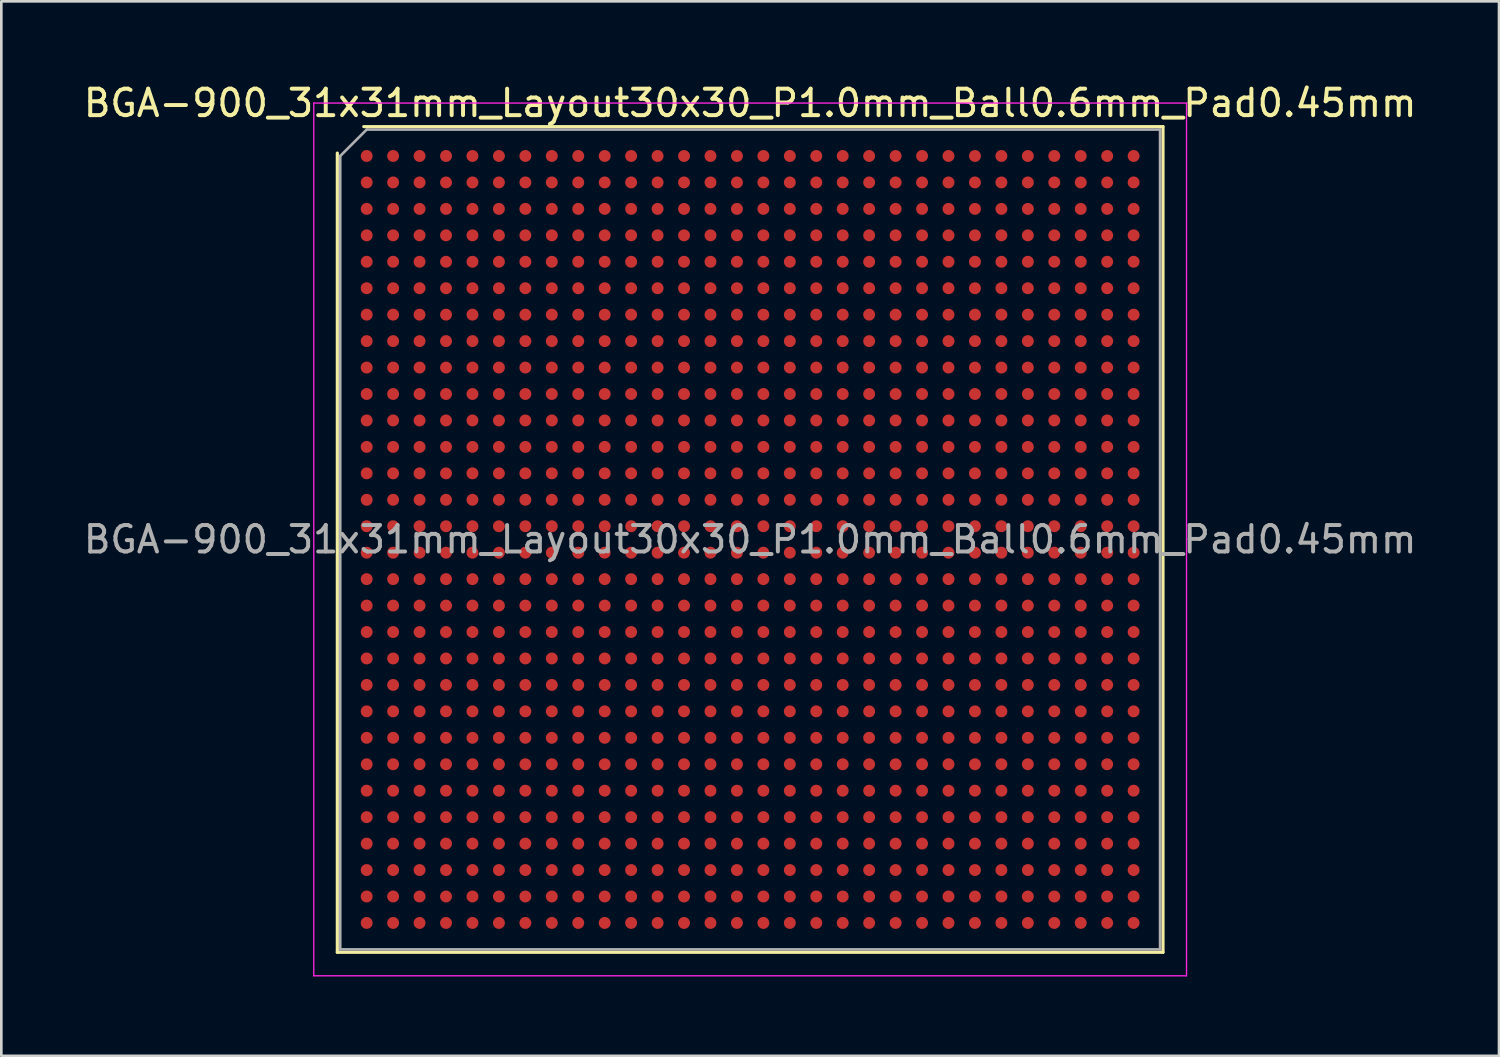
<source format=kicad_pcb>
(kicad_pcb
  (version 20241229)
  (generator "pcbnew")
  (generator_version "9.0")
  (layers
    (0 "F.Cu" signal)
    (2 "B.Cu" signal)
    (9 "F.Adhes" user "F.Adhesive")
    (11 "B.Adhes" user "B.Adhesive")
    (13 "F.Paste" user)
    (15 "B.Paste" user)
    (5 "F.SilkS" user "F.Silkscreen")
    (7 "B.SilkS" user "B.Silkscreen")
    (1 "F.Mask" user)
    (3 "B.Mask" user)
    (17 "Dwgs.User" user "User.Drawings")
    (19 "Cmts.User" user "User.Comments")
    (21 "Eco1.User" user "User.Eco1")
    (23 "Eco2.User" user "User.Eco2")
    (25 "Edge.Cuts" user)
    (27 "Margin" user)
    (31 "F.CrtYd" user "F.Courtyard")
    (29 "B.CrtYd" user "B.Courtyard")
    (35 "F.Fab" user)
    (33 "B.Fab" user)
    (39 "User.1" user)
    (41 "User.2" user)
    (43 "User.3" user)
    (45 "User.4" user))
  (footprint "BGA-900_31x31mm_Layout30x30_P1.0mm_Ball0.6mm_Pad0.45mm"
    (layer "F.Cu")
    (at 25.315 17.348)
    (property "Reference" "BGA-900_31x31mm_Layout30x30_P1.0mm_Ball0.6mm_Pad0.45mm" (at 0 -16.5 0) (layer "F.SilkS") (effects (font (size 1 1) (thickness 0.15))))
    (attr smd)
    (fp_line (start -15.61 15.61) (end -15.61 -14.61) (stroke (width 0.12) (type solid)) (layer "F.SilkS"))
    (fp_line (start -14.61 -15.61) (end 15.61 -15.61) (stroke (width 0.12) (type solid)) (layer "F.SilkS"))
    (fp_line (start 15.61 -15.61) (end 15.61 15.61) (stroke (width 0.12) (type solid)) (layer "F.SilkS"))
    (fp_line (start 15.61 15.61) (end -15.61 15.61) (stroke (width 0.12) (type solid)) (layer "F.SilkS"))
    (fp_line (start -16.5 -16.5) (end -16.5 16.5) (stroke (width 0.05) (type solid)) (layer "F.CrtYd"))
    (fp_line (start -16.5 16.5) (end 16.5 16.5) (stroke (width 0.05) (type solid)) (layer "F.CrtYd"))
    (fp_line (start 16.5 -16.5) (end -16.5 -16.5) (stroke (width 0.05) (type solid)) (layer "F.CrtYd"))
    (fp_line (start 16.5 16.5) (end 16.5 -16.5) (stroke (width 0.05) (type solid)) (layer "F.CrtYd"))
    (fp_line (start -15.5 -14.5) (end -14.5 -15.5) (stroke (width 0.1) (type solid)) (layer "F.Fab"))
    (fp_line (start -15.5 15.5) (end -15.5 -14.5) (stroke (width 0.1) (type solid)) (layer "F.Fab"))
    (fp_line (start -14.5 -15.5) (end 15.5 -15.5) (stroke (width 0.1) (type solid)) (layer "F.Fab"))
    (fp_line (start 15.5 -15.5) (end 15.5 15.5) (stroke (width 0.1) (type solid)) (layer "F.Fab"))
    (fp_line (start 15.5 15.5) (end -15.5 15.5) (stroke (width 0.1) (type solid)) (layer "F.Fab"))
    (fp_text user "${REFERENCE}" (at 0 0 0) (layer "F.Fab") (effects (font (size 1 1) (thickness 0.15))))
    (pad "A1" smd circle (at -14.5 -14.5) (size 0.45 0.45) (layers "F.Cu" "F.Mask" "F.Paste"))
    (pad "A2" smd circle (at -13.5 -14.5) (size 0.45 0.45) (layers "F.Cu" "F.Mask" "F.Paste"))
    (pad "A3" smd circle (at -12.5 -14.5) (size 0.45 0.45) (layers "F.Cu" "F.Mask" "F.Paste"))
    (pad "A4" smd circle (at -11.5 -14.5) (size 0.45 0.45) (layers "F.Cu" "F.Mask" "F.Paste"))
    (pad "A5" smd circle (at -10.5 -14.5) (size 0.45 0.45) (layers "F.Cu" "F.Mask" "F.Paste"))
    (pad "A6" smd circle (at -9.5 -14.5) (size 0.45 0.45) (layers "F.Cu" "F.Mask" "F.Paste"))
    (pad "A7" smd circle (at -8.5 -14.5) (size 0.45 0.45) (layers "F.Cu" "F.Mask" "F.Paste"))
    (pad "A8" smd circle (at -7.5 -14.5) (size 0.45 0.45) (layers "F.Cu" "F.Mask" "F.Paste"))
    (pad "A9" smd circle (at -6.5 -14.5) (size 0.45 0.45) (layers "F.Cu" "F.Mask" "F.Paste"))
    (pad "A10" smd circle (at -5.5 -14.5) (size 0.45 0.45) (layers "F.Cu" "F.Mask" "F.Paste"))
    (pad "A11" smd circle (at -4.5 -14.5) (size 0.45 0.45) (layers "F.Cu" "F.Mask" "F.Paste"))
    (pad "A12" smd circle (at -3.5 -14.5) (size 0.45 0.45) (layers "F.Cu" "F.Mask" "F.Paste"))
    (pad "A13" smd circle (at -2.5 -14.5) (size 0.45 0.45) (layers "F.Cu" "F.Mask" "F.Paste"))
    (pad "A14" smd circle (at -1.5 -14.5) (size 0.45 0.45) (layers "F.Cu" "F.Mask" "F.Paste"))
    (pad "A15" smd circle (at -0.5 -14.5) (size 0.45 0.45) (layers "F.Cu" "F.Mask" "F.Paste"))
    (pad "A16" smd circle (at 0.5 -14.5) (size 0.45 0.45) (layers "F.Cu" "F.Mask" "F.Paste"))
    (pad "A17" smd circle (at 1.5 -14.5) (size 0.45 0.45) (layers "F.Cu" "F.Mask" "F.Paste"))
    (pad "A18" smd circle (at 2.5 -14.5) (size 0.45 0.45) (layers "F.Cu" "F.Mask" "F.Paste"))
    (pad "A19" smd circle (at 3.5 -14.5) (size 0.45 0.45) (layers "F.Cu" "F.Mask" "F.Paste"))
    (pad "A20" smd circle (at 4.5 -14.5) (size 0.45 0.45) (layers "F.Cu" "F.Mask" "F.Paste"))
    (pad "A21" smd circle (at 5.5 -14.5) (size 0.45 0.45) (layers "F.Cu" "F.Mask" "F.Paste"))
    (pad "A22" smd circle (at 6.5 -14.5) (size 0.45 0.45) (layers "F.Cu" "F.Mask" "F.Paste"))
    (pad "A23" smd circle (at 7.5 -14.5) (size 0.45 0.45) (layers "F.Cu" "F.Mask" "F.Paste"))
    (pad "A24" smd circle (at 8.5 -14.5) (size 0.45 0.45) (layers "F.Cu" "F.Mask" "F.Paste"))
    (pad "A25" smd circle (at 9.5 -14.5) (size 0.45 0.45) (layers "F.Cu" "F.Mask" "F.Paste"))
    (pad "A26" smd circle (at 10.5 -14.5) (size 0.45 0.45) (layers "F.Cu" "F.Mask" "F.Paste"))
    (pad "A27" smd circle (at 11.5 -14.5) (size 0.45 0.45) (layers "F.Cu" "F.Mask" "F.Paste"))
    (pad "A28" smd circle (at 12.5 -14.5) (size 0.45 0.45) (layers "F.Cu" "F.Mask" "F.Paste"))
    (pad "A29" smd circle (at 13.5 -14.5) (size 0.45 0.45) (layers "F.Cu" "F.Mask" "F.Paste"))
    (pad "A30" smd circle (at 14.5 -14.5) (size 0.45 0.45) (layers "F.Cu" "F.Mask" "F.Paste"))
    (pad "AA1" smd circle (at -14.5 5.5) (size 0.45 0.45) (layers "F.Cu" "F.Mask" "F.Paste"))
    (pad "AA2" smd circle (at -13.5 5.5) (size 0.45 0.45) (layers "F.Cu" "F.Mask" "F.Paste"))
    (pad "AA3" smd circle (at -12.5 5.5) (size 0.45 0.45) (layers "F.Cu" "F.Mask" "F.Paste"))
    (pad "AA4" smd circle (at -11.5 5.5) (size 0.45 0.45) (layers "F.Cu" "F.Mask" "F.Paste"))
    (pad "AA5" smd circle (at -10.5 5.5) (size 0.45 0.45) (layers "F.Cu" "F.Mask" "F.Paste"))
    (pad "AA6" smd circle (at -9.5 5.5) (size 0.45 0.45) (layers "F.Cu" "F.Mask" "F.Paste"))
    (pad "AA7" smd circle (at -8.5 5.5) (size 0.45 0.45) (layers "F.Cu" "F.Mask" "F.Paste"))
    (pad "AA8" smd circle (at -7.5 5.5) (size 0.45 0.45) (layers "F.Cu" "F.Mask" "F.Paste"))
    (pad "AA9" smd circle (at -6.5 5.5) (size 0.45 0.45) (layers "F.Cu" "F.Mask" "F.Paste"))
    (pad "AA10" smd circle (at -5.5 5.5) (size 0.45 0.45) (layers "F.Cu" "F.Mask" "F.Paste"))
    (pad "AA11" smd circle (at -4.5 5.5) (size 0.45 0.45) (layers "F.Cu" "F.Mask" "F.Paste"))
    (pad "AA12" smd circle (at -3.5 5.5) (size 0.45 0.45) (layers "F.Cu" "F.Mask" "F.Paste"))
    (pad "AA13" smd circle (at -2.5 5.5) (size 0.45 0.45) (layers "F.Cu" "F.Mask" "F.Paste"))
    (pad "AA14" smd circle (at -1.5 5.5) (size 0.45 0.45) (layers "F.Cu" "F.Mask" "F.Paste"))
    (pad "AA15" smd circle (at -0.5 5.5) (size 0.45 0.45) (layers "F.Cu" "F.Mask" "F.Paste"))
    (pad "AA16" smd circle (at 0.5 5.5) (size 0.45 0.45) (layers "F.Cu" "F.Mask" "F.Paste"))
    (pad "AA17" smd circle (at 1.5 5.5) (size 0.45 0.45) (layers "F.Cu" "F.Mask" "F.Paste"))
    (pad "AA18" smd circle (at 2.5 5.5) (size 0.45 0.45) (layers "F.Cu" "F.Mask" "F.Paste"))
    (pad "AA19" smd circle (at 3.5 5.5) (size 0.45 0.45) (layers "F.Cu" "F.Mask" "F.Paste"))
    (pad "AA20" smd circle (at 4.5 5.5) (size 0.45 0.45) (layers "F.Cu" "F.Mask" "F.Paste"))
    (pad "AA21" smd circle (at 5.5 5.5) (size 0.45 0.45) (layers "F.Cu" "F.Mask" "F.Paste"))
    (pad "AA22" smd circle (at 6.5 5.5) (size 0.45 0.45) (layers "F.Cu" "F.Mask" "F.Paste"))
    (pad "AA23" smd circle (at 7.5 5.5) (size 0.45 0.45) (layers "F.Cu" "F.Mask" "F.Paste"))
    (pad "AA24" smd circle (at 8.5 5.5) (size 0.45 0.45) (layers "F.Cu" "F.Mask" "F.Paste"))
    (pad "AA25" smd circle (at 9.5 5.5) (size 0.45 0.45) (layers "F.Cu" "F.Mask" "F.Paste"))
    (pad "AA26" smd circle (at 10.5 5.5) (size 0.45 0.45) (layers "F.Cu" "F.Mask" "F.Paste"))
    (pad "AA27" smd circle (at 11.5 5.5) (size 0.45 0.45) (layers "F.Cu" "F.Mask" "F.Paste"))
    (pad "AA28" smd circle (at 12.5 5.5) (size 0.45 0.45) (layers "F.Cu" "F.Mask" "F.Paste"))
    (pad "AA29" smd circle (at 13.5 5.5) (size 0.45 0.45) (layers "F.Cu" "F.Mask" "F.Paste"))
    (pad "AA30" smd circle (at 14.5 5.5) (size 0.45 0.45) (layers "F.Cu" "F.Mask" "F.Paste"))
    (pad "AB1" smd circle (at -14.5 6.5) (size 0.45 0.45) (layers "F.Cu" "F.Mask" "F.Paste"))
    (pad "AB2" smd circle (at -13.5 6.5) (size 0.45 0.45) (layers "F.Cu" "F.Mask" "F.Paste"))
    (pad "AB3" smd circle (at -12.5 6.5) (size 0.45 0.45) (layers "F.Cu" "F.Mask" "F.Paste"))
    (pad "AB4" smd circle (at -11.5 6.5) (size 0.45 0.45) (layers "F.Cu" "F.Mask" "F.Paste"))
    (pad "AB5" smd circle (at -10.5 6.5) (size 0.45 0.45) (layers "F.Cu" "F.Mask" "F.Paste"))
    (pad "AB6" smd circle (at -9.5 6.5) (size 0.45 0.45) (layers "F.Cu" "F.Mask" "F.Paste"))
    (pad "AB7" smd circle (at -8.5 6.5) (size 0.45 0.45) (layers "F.Cu" "F.Mask" "F.Paste"))
    (pad "AB8" smd circle (at -7.5 6.5) (size 0.45 0.45) (layers "F.Cu" "F.Mask" "F.Paste"))
    (pad "AB9" smd circle (at -6.5 6.5) (size 0.45 0.45) (layers "F.Cu" "F.Mask" "F.Paste"))
    (pad "AB10" smd circle (at -5.5 6.5) (size 0.45 0.45) (layers "F.Cu" "F.Mask" "F.Paste"))
    (pad "AB11" smd circle (at -4.5 6.5) (size 0.45 0.45) (layers "F.Cu" "F.Mask" "F.Paste"))
    (pad "AB12" smd circle (at -3.5 6.5) (size 0.45 0.45) (layers "F.Cu" "F.Mask" "F.Paste"))
    (pad "AB13" smd circle (at -2.5 6.5) (size 0.45 0.45) (layers "F.Cu" "F.Mask" "F.Paste"))
    (pad "AB14" smd circle (at -1.5 6.5) (size 0.45 0.45) (layers "F.Cu" "F.Mask" "F.Paste"))
    (pad "AB15" smd circle (at -0.5 6.5) (size 0.45 0.45) (layers "F.Cu" "F.Mask" "F.Paste"))
    (pad "AB16" smd circle (at 0.5 6.5) (size 0.45 0.45) (layers "F.Cu" "F.Mask" "F.Paste"))
    (pad "AB17" smd circle (at 1.5 6.5) (size 0.45 0.45) (layers "F.Cu" "F.Mask" "F.Paste"))
    (pad "AB18" smd circle (at 2.5 6.5) (size 0.45 0.45) (layers "F.Cu" "F.Mask" "F.Paste"))
    (pad "AB19" smd circle (at 3.5 6.5) (size 0.45 0.45) (layers "F.Cu" "F.Mask" "F.Paste"))
    (pad "AB20" smd circle (at 4.5 6.5) (size 0.45 0.45) (layers "F.Cu" "F.Mask" "F.Paste"))
    (pad "AB21" smd circle (at 5.5 6.5) (size 0.45 0.45) (layers "F.Cu" "F.Mask" "F.Paste"))
    (pad "AB22" smd circle (at 6.5 6.5) (size 0.45 0.45) (layers "F.Cu" "F.Mask" "F.Paste"))
    (pad "AB23" smd circle (at 7.5 6.5) (size 0.45 0.45) (layers "F.Cu" "F.Mask" "F.Paste"))
    (pad "AB24" smd circle (at 8.5 6.5) (size 0.45 0.45) (layers "F.Cu" "F.Mask" "F.Paste"))
    (pad "AB25" smd circle (at 9.5 6.5) (size 0.45 0.45) (layers "F.Cu" "F.Mask" "F.Paste"))
    (pad "AB26" smd circle (at 10.5 6.5) (size 0.45 0.45) (layers "F.Cu" "F.Mask" "F.Paste"))
    (pad "AB27" smd circle (at 11.5 6.5) (size 0.45 0.45) (layers "F.Cu" "F.Mask" "F.Paste"))
    (pad "AB28" smd circle (at 12.5 6.5) (size 0.45 0.45) (layers "F.Cu" "F.Mask" "F.Paste"))
    (pad "AB29" smd circle (at 13.5 6.5) (size 0.45 0.45) (layers "F.Cu" "F.Mask" "F.Paste"))
    (pad "AB30" smd circle (at 14.5 6.5) (size 0.45 0.45) (layers "F.Cu" "F.Mask" "F.Paste"))
    (pad "AC1" smd circle (at -14.5 7.5) (size 0.45 0.45) (layers "F.Cu" "F.Mask" "F.Paste"))
    (pad "AC2" smd circle (at -13.5 7.5) (size 0.45 0.45) (layers "F.Cu" "F.Mask" "F.Paste"))
    (pad "AC3" smd circle (at -12.5 7.5) (size 0.45 0.45) (layers "F.Cu" "F.Mask" "F.Paste"))
    (pad "AC4" smd circle (at -11.5 7.5) (size 0.45 0.45) (layers "F.Cu" "F.Mask" "F.Paste"))
    (pad "AC5" smd circle (at -10.5 7.5) (size 0.45 0.45) (layers "F.Cu" "F.Mask" "F.Paste"))
    (pad "AC6" smd circle (at -9.5 7.5) (size 0.45 0.45) (layers "F.Cu" "F.Mask" "F.Paste"))
    (pad "AC7" smd circle (at -8.5 7.5) (size 0.45 0.45) (layers "F.Cu" "F.Mask" "F.Paste"))
    (pad "AC8" smd circle (at -7.5 7.5) (size 0.45 0.45) (layers "F.Cu" "F.Mask" "F.Paste"))
    (pad "AC9" smd circle (at -6.5 7.5) (size 0.45 0.45) (layers "F.Cu" "F.Mask" "F.Paste"))
    (pad "AC10" smd circle (at -5.5 7.5) (size 0.45 0.45) (layers "F.Cu" "F.Mask" "F.Paste"))
    (pad "AC11" smd circle (at -4.5 7.5) (size 0.45 0.45) (layers "F.Cu" "F.Mask" "F.Paste"))
    (pad "AC12" smd circle (at -3.5 7.5) (size 0.45 0.45) (layers "F.Cu" "F.Mask" "F.Paste"))
    (pad "AC13" smd circle (at -2.5 7.5) (size 0.45 0.45) (layers "F.Cu" "F.Mask" "F.Paste"))
    (pad "AC14" smd circle (at -1.5 7.5) (size 0.45 0.45) (layers "F.Cu" "F.Mask" "F.Paste"))
    (pad "AC15" smd circle (at -0.5 7.5) (size 0.45 0.45) (layers "F.Cu" "F.Mask" "F.Paste"))
    (pad "AC16" smd circle (at 0.5 7.5) (size 0.45 0.45) (layers "F.Cu" "F.Mask" "F.Paste"))
    (pad "AC17" smd circle (at 1.5 7.5) (size 0.45 0.45) (layers "F.Cu" "F.Mask" "F.Paste"))
    (pad "AC18" smd circle (at 2.5 7.5) (size 0.45 0.45) (layers "F.Cu" "F.Mask" "F.Paste"))
    (pad "AC19" smd circle (at 3.5 7.5) (size 0.45 0.45) (layers "F.Cu" "F.Mask" "F.Paste"))
    (pad "AC20" smd circle (at 4.5 7.5) (size 0.45 0.45) (layers "F.Cu" "F.Mask" "F.Paste"))
    (pad "AC21" smd circle (at 5.5 7.5) (size 0.45 0.45) (layers "F.Cu" "F.Mask" "F.Paste"))
    (pad "AC22" smd circle (at 6.5 7.5) (size 0.45 0.45) (layers "F.Cu" "F.Mask" "F.Paste"))
    (pad "AC23" smd circle (at 7.5 7.5) (size 0.45 0.45) (layers "F.Cu" "F.Mask" "F.Paste"))
    (pad "AC24" smd circle (at 8.5 7.5) (size 0.45 0.45) (layers "F.Cu" "F.Mask" "F.Paste"))
    (pad "AC25" smd circle (at 9.5 7.5) (size 0.45 0.45) (layers "F.Cu" "F.Mask" "F.Paste"))
    (pad "AC26" smd circle (at 10.5 7.5) (size 0.45 0.45) (layers "F.Cu" "F.Mask" "F.Paste"))
    (pad "AC27" smd circle (at 11.5 7.5) (size 0.45 0.45) (layers "F.Cu" "F.Mask" "F.Paste"))
    (pad "AC28" smd circle (at 12.5 7.5) (size 0.45 0.45) (layers "F.Cu" "F.Mask" "F.Paste"))
    (pad "AC29" smd circle (at 13.5 7.5) (size 0.45 0.45) (layers "F.Cu" "F.Mask" "F.Paste"))
    (pad "AC30" smd circle (at 14.5 7.5) (size 0.45 0.45) (layers "F.Cu" "F.Mask" "F.Paste"))
    (pad "AD1" smd circle (at -14.5 8.5) (size 0.45 0.45) (layers "F.Cu" "F.Mask" "F.Paste"))
    (pad "AD2" smd circle (at -13.5 8.5) (size 0.45 0.45) (layers "F.Cu" "F.Mask" "F.Paste"))
    (pad "AD3" smd circle (at -12.5 8.5) (size 0.45 0.45) (layers "F.Cu" "F.Mask" "F.Paste"))
    (pad "AD4" smd circle (at -11.5 8.5) (size 0.45 0.45) (layers "F.Cu" "F.Mask" "F.Paste"))
    (pad "AD5" smd circle (at -10.5 8.5) (size 0.45 0.45) (layers "F.Cu" "F.Mask" "F.Paste"))
    (pad "AD6" smd circle (at -9.5 8.5) (size 0.45 0.45) (layers "F.Cu" "F.Mask" "F.Paste"))
    (pad "AD7" smd circle (at -8.5 8.5) (size 0.45 0.45) (layers "F.Cu" "F.Mask" "F.Paste"))
    (pad "AD8" smd circle (at -7.5 8.5) (size 0.45 0.45) (layers "F.Cu" "F.Mask" "F.Paste"))
    (pad "AD9" smd circle (at -6.5 8.5) (size 0.45 0.45) (layers "F.Cu" "F.Mask" "F.Paste"))
    (pad "AD10" smd circle (at -5.5 8.5) (size 0.45 0.45) (layers "F.Cu" "F.Mask" "F.Paste"))
    (pad "AD11" smd circle (at -4.5 8.5) (size 0.45 0.45) (layers "F.Cu" "F.Mask" "F.Paste"))
    (pad "AD12" smd circle (at -3.5 8.5) (size 0.45 0.45) (layers "F.Cu" "F.Mask" "F.Paste"))
    (pad "AD13" smd circle (at -2.5 8.5) (size 0.45 0.45) (layers "F.Cu" "F.Mask" "F.Paste"))
    (pad "AD14" smd circle (at -1.5 8.5) (size 0.45 0.45) (layers "F.Cu" "F.Mask" "F.Paste"))
    (pad "AD15" smd circle (at -0.5 8.5) (size 0.45 0.45) (layers "F.Cu" "F.Mask" "F.Paste"))
    (pad "AD16" smd circle (at 0.5 8.5) (size 0.45 0.45) (layers "F.Cu" "F.Mask" "F.Paste"))
    (pad "AD17" smd circle (at 1.5 8.5) (size 0.45 0.45) (layers "F.Cu" "F.Mask" "F.Paste"))
    (pad "AD18" smd circle (at 2.5 8.5) (size 0.45 0.45) (layers "F.Cu" "F.Mask" "F.Paste"))
    (pad "AD19" smd circle (at 3.5 8.5) (size 0.45 0.45) (layers "F.Cu" "F.Mask" "F.Paste"))
    (pad "AD20" smd circle (at 4.5 8.5) (size 0.45 0.45) (layers "F.Cu" "F.Mask" "F.Paste"))
    (pad "AD21" smd circle (at 5.5 8.5) (size 0.45 0.45) (layers "F.Cu" "F.Mask" "F.Paste"))
    (pad "AD22" smd circle (at 6.5 8.5) (size 0.45 0.45) (layers "F.Cu" "F.Mask" "F.Paste"))
    (pad "AD23" smd circle (at 7.5 8.5) (size 0.45 0.45) (layers "F.Cu" "F.Mask" "F.Paste"))
    (pad "AD24" smd circle (at 8.5 8.5) (size 0.45 0.45) (layers "F.Cu" "F.Mask" "F.Paste"))
    (pad "AD25" smd circle (at 9.5 8.5) (size 0.45 0.45) (layers "F.Cu" "F.Mask" "F.Paste"))
    (pad "AD26" smd circle (at 10.5 8.5) (size 0.45 0.45) (layers "F.Cu" "F.Mask" "F.Paste"))
    (pad "AD27" smd circle (at 11.5 8.5) (size 0.45 0.45) (layers "F.Cu" "F.Mask" "F.Paste"))
    (pad "AD28" smd circle (at 12.5 8.5) (size 0.45 0.45) (layers "F.Cu" "F.Mask" "F.Paste"))
    (pad "AD29" smd circle (at 13.5 8.5) (size 0.45 0.45) (layers "F.Cu" "F.Mask" "F.Paste"))
    (pad "AD30" smd circle (at 14.5 8.5) (size 0.45 0.45) (layers "F.Cu" "F.Mask" "F.Paste"))
    (pad "AE1" smd circle (at -14.5 9.5) (size 0.45 0.45) (layers "F.Cu" "F.Mask" "F.Paste"))
    (pad "AE2" smd circle (at -13.5 9.5) (size 0.45 0.45) (layers "F.Cu" "F.Mask" "F.Paste"))
    (pad "AE3" smd circle (at -12.5 9.5) (size 0.45 0.45) (layers "F.Cu" "F.Mask" "F.Paste"))
    (pad "AE4" smd circle (at -11.5 9.5) (size 0.45 0.45) (layers "F.Cu" "F.Mask" "F.Paste"))
    (pad "AE5" smd circle (at -10.5 9.5) (size 0.45 0.45) (layers "F.Cu" "F.Mask" "F.Paste"))
    (pad "AE6" smd circle (at -9.5 9.5) (size 0.45 0.45) (layers "F.Cu" "F.Mask" "F.Paste"))
    (pad "AE7" smd circle (at -8.5 9.5) (size 0.45 0.45) (layers "F.Cu" "F.Mask" "F.Paste"))
    (pad "AE8" smd circle (at -7.5 9.5) (size 0.45 0.45) (layers "F.Cu" "F.Mask" "F.Paste"))
    (pad "AE9" smd circle (at -6.5 9.5) (size 0.45 0.45) (layers "F.Cu" "F.Mask" "F.Paste"))
    (pad "AE10" smd circle (at -5.5 9.5) (size 0.45 0.45) (layers "F.Cu" "F.Mask" "F.Paste"))
    (pad "AE11" smd circle (at -4.5 9.5) (size 0.45 0.45) (layers "F.Cu" "F.Mask" "F.Paste"))
    (pad "AE12" smd circle (at -3.5 9.5) (size 0.45 0.45) (layers "F.Cu" "F.Mask" "F.Paste"))
    (pad "AE13" smd circle (at -2.5 9.5) (size 0.45 0.45) (layers "F.Cu" "F.Mask" "F.Paste"))
    (pad "AE14" smd circle (at -1.5 9.5) (size 0.45 0.45) (layers "F.Cu" "F.Mask" "F.Paste"))
    (pad "AE15" smd circle (at -0.5 9.5) (size 0.45 0.45) (layers "F.Cu" "F.Mask" "F.Paste"))
    (pad "AE16" smd circle (at 0.5 9.5) (size 0.45 0.45) (layers "F.Cu" "F.Mask" "F.Paste"))
    (pad "AE17" smd circle (at 1.5 9.5) (size 0.45 0.45) (layers "F.Cu" "F.Mask" "F.Paste"))
    (pad "AE18" smd circle (at 2.5 9.5) (size 0.45 0.45) (layers "F.Cu" "F.Mask" "F.Paste"))
    (pad "AE19" smd circle (at 3.5 9.5) (size 0.45 0.45) (layers "F.Cu" "F.Mask" "F.Paste"))
    (pad "AE20" smd circle (at 4.5 9.5) (size 0.45 0.45) (layers "F.Cu" "F.Mask" "F.Paste"))
    (pad "AE21" smd circle (at 5.5 9.5) (size 0.45 0.45) (layers "F.Cu" "F.Mask" "F.Paste"))
    (pad "AE22" smd circle (at 6.5 9.5) (size 0.45 0.45) (layers "F.Cu" "F.Mask" "F.Paste"))
    (pad "AE23" smd circle (at 7.5 9.5) (size 0.45 0.45) (layers "F.Cu" "F.Mask" "F.Paste"))
    (pad "AE24" smd circle (at 8.5 9.5) (size 0.45 0.45) (layers "F.Cu" "F.Mask" "F.Paste"))
    (pad "AE25" smd circle (at 9.5 9.5) (size 0.45 0.45) (layers "F.Cu" "F.Mask" "F.Paste"))
    (pad "AE26" smd circle (at 10.5 9.5) (size 0.45 0.45) (layers "F.Cu" "F.Mask" "F.Paste"))
    (pad "AE27" smd circle (at 11.5 9.5) (size 0.45 0.45) (layers "F.Cu" "F.Mask" "F.Paste"))
    (pad "AE28" smd circle (at 12.5 9.5) (size 0.45 0.45) (layers "F.Cu" "F.Mask" "F.Paste"))
    (pad "AE29" smd circle (at 13.5 9.5) (size 0.45 0.45) (layers "F.Cu" "F.Mask" "F.Paste"))
    (pad "AE30" smd circle (at 14.5 9.5) (size 0.45 0.45) (layers "F.Cu" "F.Mask" "F.Paste"))
    (pad "AF1" smd circle (at -14.5 10.5) (size 0.45 0.45) (layers "F.Cu" "F.Mask" "F.Paste"))
    (pad "AF2" smd circle (at -13.5 10.5) (size 0.45 0.45) (layers "F.Cu" "F.Mask" "F.Paste"))
    (pad "AF3" smd circle (at -12.5 10.5) (size 0.45 0.45) (layers "F.Cu" "F.Mask" "F.Paste"))
    (pad "AF4" smd circle (at -11.5 10.5) (size 0.45 0.45) (layers "F.Cu" "F.Mask" "F.Paste"))
    (pad "AF5" smd circle (at -10.5 10.5) (size 0.45 0.45) (layers "F.Cu" "F.Mask" "F.Paste"))
    (pad "AF6" smd circle (at -9.5 10.5) (size 0.45 0.45) (layers "F.Cu" "F.Mask" "F.Paste"))
    (pad "AF7" smd circle (at -8.5 10.5) (size 0.45 0.45) (layers "F.Cu" "F.Mask" "F.Paste"))
    (pad "AF8" smd circle (at -7.5 10.5) (size 0.45 0.45) (layers "F.Cu" "F.Mask" "F.Paste"))
    (pad "AF9" smd circle (at -6.5 10.5) (size 0.45 0.45) (layers "F.Cu" "F.Mask" "F.Paste"))
    (pad "AF10" smd circle (at -5.5 10.5) (size 0.45 0.45) (layers "F.Cu" "F.Mask" "F.Paste"))
    (pad "AF11" smd circle (at -4.5 10.5) (size 0.45 0.45) (layers "F.Cu" "F.Mask" "F.Paste"))
    (pad "AF12" smd circle (at -3.5 10.5) (size 0.45 0.45) (layers "F.Cu" "F.Mask" "F.Paste"))
    (pad "AF13" smd circle (at -2.5 10.5) (size 0.45 0.45) (layers "F.Cu" "F.Mask" "F.Paste"))
    (pad "AF14" smd circle (at -1.5 10.5) (size 0.45 0.45) (layers "F.Cu" "F.Mask" "F.Paste"))
    (pad "AF15" smd circle (at -0.5 10.5) (size 0.45 0.45) (layers "F.Cu" "F.Mask" "F.Paste"))
    (pad "AF16" smd circle (at 0.5 10.5) (size 0.45 0.45) (layers "F.Cu" "F.Mask" "F.Paste"))
    (pad "AF17" smd circle (at 1.5 10.5) (size 0.45 0.45) (layers "F.Cu" "F.Mask" "F.Paste"))
    (pad "AF18" smd circle (at 2.5 10.5) (size 0.45 0.45) (layers "F.Cu" "F.Mask" "F.Paste"))
    (pad "AF19" smd circle (at 3.5 10.5) (size 0.45 0.45) (layers "F.Cu" "F.Mask" "F.Paste"))
    (pad "AF20" smd circle (at 4.5 10.5) (size 0.45 0.45) (layers "F.Cu" "F.Mask" "F.Paste"))
    (pad "AF21" smd circle (at 5.5 10.5) (size 0.45 0.45) (layers "F.Cu" "F.Mask" "F.Paste"))
    (pad "AF22" smd circle (at 6.5 10.5) (size 0.45 0.45) (layers "F.Cu" "F.Mask" "F.Paste"))
    (pad "AF23" smd circle (at 7.5 10.5) (size 0.45 0.45) (layers "F.Cu" "F.Mask" "F.Paste"))
    (pad "AF24" smd circle (at 8.5 10.5) (size 0.45 0.45) (layers "F.Cu" "F.Mask" "F.Paste"))
    (pad "AF25" smd circle (at 9.5 10.5) (size 0.45 0.45) (layers "F.Cu" "F.Mask" "F.Paste"))
    (pad "AF26" smd circle (at 10.5 10.5) (size 0.45 0.45) (layers "F.Cu" "F.Mask" "F.Paste"))
    (pad "AF27" smd circle (at 11.5 10.5) (size 0.45 0.45) (layers "F.Cu" "F.Mask" "F.Paste"))
    (pad "AF28" smd circle (at 12.5 10.5) (size 0.45 0.45) (layers "F.Cu" "F.Mask" "F.Paste"))
    (pad "AF29" smd circle (at 13.5 10.5) (size 0.45 0.45) (layers "F.Cu" "F.Mask" "F.Paste"))
    (pad "AF30" smd circle (at 14.5 10.5) (size 0.45 0.45) (layers "F.Cu" "F.Mask" "F.Paste"))
    (pad "AG1" smd circle (at -14.5 11.5) (size 0.45 0.45) (layers "F.Cu" "F.Mask" "F.Paste"))
    (pad "AG2" smd circle (at -13.5 11.5) (size 0.45 0.45) (layers "F.Cu" "F.Mask" "F.Paste"))
    (pad "AG3" smd circle (at -12.5 11.5) (size 0.45 0.45) (layers "F.Cu" "F.Mask" "F.Paste"))
    (pad "AG4" smd circle (at -11.5 11.5) (size 0.45 0.45) (layers "F.Cu" "F.Mask" "F.Paste"))
    (pad "AG5" smd circle (at -10.5 11.5) (size 0.45 0.45) (layers "F.Cu" "F.Mask" "F.Paste"))
    (pad "AG6" smd circle (at -9.5 11.5) (size 0.45 0.45) (layers "F.Cu" "F.Mask" "F.Paste"))
    (pad "AG7" smd circle (at -8.5 11.5) (size 0.45 0.45) (layers "F.Cu" "F.Mask" "F.Paste"))
    (pad "AG8" smd circle (at -7.5 11.5) (size 0.45 0.45) (layers "F.Cu" "F.Mask" "F.Paste"))
    (pad "AG9" smd circle (at -6.5 11.5) (size 0.45 0.45) (layers "F.Cu" "F.Mask" "F.Paste"))
    (pad "AG10" smd circle (at -5.5 11.5) (size 0.45 0.45) (layers "F.Cu" "F.Mask" "F.Paste"))
    (pad "AG11" smd circle (at -4.5 11.5) (size 0.45 0.45) (layers "F.Cu" "F.Mask" "F.Paste"))
    (pad "AG12" smd circle (at -3.5 11.5) (size 0.45 0.45) (layers "F.Cu" "F.Mask" "F.Paste"))
    (pad "AG13" smd circle (at -2.5 11.5) (size 0.45 0.45) (layers "F.Cu" "F.Mask" "F.Paste"))
    (pad "AG14" smd circle (at -1.5 11.5) (size 0.45 0.45) (layers "F.Cu" "F.Mask" "F.Paste"))
    (pad "AG15" smd circle (at -0.5 11.5) (size 0.45 0.45) (layers "F.Cu" "F.Mask" "F.Paste"))
    (pad "AG16" smd circle (at 0.5 11.5) (size 0.45 0.45) (layers "F.Cu" "F.Mask" "F.Paste"))
    (pad "AG17" smd circle (at 1.5 11.5) (size 0.45 0.45) (layers "F.Cu" "F.Mask" "F.Paste"))
    (pad "AG18" smd circle (at 2.5 11.5) (size 0.45 0.45) (layers "F.Cu" "F.Mask" "F.Paste"))
    (pad "AG19" smd circle (at 3.5 11.5) (size 0.45 0.45) (layers "F.Cu" "F.Mask" "F.Paste"))
    (pad "AG20" smd circle (at 4.5 11.5) (size 0.45 0.45) (layers "F.Cu" "F.Mask" "F.Paste"))
    (pad "AG21" smd circle (at 5.5 11.5) (size 0.45 0.45) (layers "F.Cu" "F.Mask" "F.Paste"))
    (pad "AG22" smd circle (at 6.5 11.5) (size 0.45 0.45) (layers "F.Cu" "F.Mask" "F.Paste"))
    (pad "AG23" smd circle (at 7.5 11.5) (size 0.45 0.45) (layers "F.Cu" "F.Mask" "F.Paste"))
    (pad "AG24" smd circle (at 8.5 11.5) (size 0.45 0.45) (layers "F.Cu" "F.Mask" "F.Paste"))
    (pad "AG25" smd circle (at 9.5 11.5) (size 0.45 0.45) (layers "F.Cu" "F.Mask" "F.Paste"))
    (pad "AG26" smd circle (at 10.5 11.5) (size 0.45 0.45) (layers "F.Cu" "F.Mask" "F.Paste"))
    (pad "AG27" smd circle (at 11.5 11.5) (size 0.45 0.45) (layers "F.Cu" "F.Mask" "F.Paste"))
    (pad "AG28" smd circle (at 12.5 11.5) (size 0.45 0.45) (layers "F.Cu" "F.Mask" "F.Paste"))
    (pad "AG29" smd circle (at 13.5 11.5) (size 0.45 0.45) (layers "F.Cu" "F.Mask" "F.Paste"))
    (pad "AG30" smd circle (at 14.5 11.5) (size 0.45 0.45) (layers "F.Cu" "F.Mask" "F.Paste"))
    (pad "AH1" smd circle (at -14.5 12.5) (size 0.45 0.45) (layers "F.Cu" "F.Mask" "F.Paste"))
    (pad "AH2" smd circle (at -13.5 12.5) (size 0.45 0.45) (layers "F.Cu" "F.Mask" "F.Paste"))
    (pad "AH3" smd circle (at -12.5 12.5) (size 0.45 0.45) (layers "F.Cu" "F.Mask" "F.Paste"))
    (pad "AH4" smd circle (at -11.5 12.5) (size 0.45 0.45) (layers "F.Cu" "F.Mask" "F.Paste"))
    (pad "AH5" smd circle (at -10.5 12.5) (size 0.45 0.45) (layers "F.Cu" "F.Mask" "F.Paste"))
    (pad "AH6" smd circle (at -9.5 12.5) (size 0.45 0.45) (layers "F.Cu" "F.Mask" "F.Paste"))
    (pad "AH7" smd circle (at -8.5 12.5) (size 0.45 0.45) (layers "F.Cu" "F.Mask" "F.Paste"))
    (pad "AH8" smd circle (at -7.5 12.5) (size 0.45 0.45) (layers "F.Cu" "F.Mask" "F.Paste"))
    (pad "AH9" smd circle (at -6.5 12.5) (size 0.45 0.45) (layers "F.Cu" "F.Mask" "F.Paste"))
    (pad "AH10" smd circle (at -5.5 12.5) (size 0.45 0.45) (layers "F.Cu" "F.Mask" "F.Paste"))
    (pad "AH11" smd circle (at -4.5 12.5) (size 0.45 0.45) (layers "F.Cu" "F.Mask" "F.Paste"))
    (pad "AH12" smd circle (at -3.5 12.5) (size 0.45 0.45) (layers "F.Cu" "F.Mask" "F.Paste"))
    (pad "AH13" smd circle (at -2.5 12.5) (size 0.45 0.45) (layers "F.Cu" "F.Mask" "F.Paste"))
    (pad "AH14" smd circle (at -1.5 12.5) (size 0.45 0.45) (layers "F.Cu" "F.Mask" "F.Paste"))
    (pad "AH15" smd circle (at -0.5 12.5) (size 0.45 0.45) (layers "F.Cu" "F.Mask" "F.Paste"))
    (pad "AH16" smd circle (at 0.5 12.5) (size 0.45 0.45) (layers "F.Cu" "F.Mask" "F.Paste"))
    (pad "AH17" smd circle (at 1.5 12.5) (size 0.45 0.45) (layers "F.Cu" "F.Mask" "F.Paste"))
    (pad "AH18" smd circle (at 2.5 12.5) (size 0.45 0.45) (layers "F.Cu" "F.Mask" "F.Paste"))
    (pad "AH19" smd circle (at 3.5 12.5) (size 0.45 0.45) (layers "F.Cu" "F.Mask" "F.Paste"))
    (pad "AH20" smd circle (at 4.5 12.5) (size 0.45 0.45) (layers "F.Cu" "F.Mask" "F.Paste"))
    (pad "AH21" smd circle (at 5.5 12.5) (size 0.45 0.45) (layers "F.Cu" "F.Mask" "F.Paste"))
    (pad "AH22" smd circle (at 6.5 12.5) (size 0.45 0.45) (layers "F.Cu" "F.Mask" "F.Paste"))
    (pad "AH23" smd circle (at 7.5 12.5) (size 0.45 0.45) (layers "F.Cu" "F.Mask" "F.Paste"))
    (pad "AH24" smd circle (at 8.5 12.5) (size 0.45 0.45) (layers "F.Cu" "F.Mask" "F.Paste"))
    (pad "AH25" smd circle (at 9.5 12.5) (size 0.45 0.45) (layers "F.Cu" "F.Mask" "F.Paste"))
    (pad "AH26" smd circle (at 10.5 12.5) (size 0.45 0.45) (layers "F.Cu" "F.Mask" "F.Paste"))
    (pad "AH27" smd circle (at 11.5 12.5) (size 0.45 0.45) (layers "F.Cu" "F.Mask" "F.Paste"))
    (pad "AH28" smd circle (at 12.5 12.5) (size 0.45 0.45) (layers "F.Cu" "F.Mask" "F.Paste"))
    (pad "AH29" smd circle (at 13.5 12.5) (size 0.45 0.45) (layers "F.Cu" "F.Mask" "F.Paste"))
    (pad "AH30" smd circle (at 14.5 12.5) (size 0.45 0.45) (layers "F.Cu" "F.Mask" "F.Paste"))
    (pad "AJ1" smd circle (at -14.5 13.5) (size 0.45 0.45) (layers "F.Cu" "F.Mask" "F.Paste"))
    (pad "AJ2" smd circle (at -13.5 13.5) (size 0.45 0.45) (layers "F.Cu" "F.Mask" "F.Paste"))
    (pad "AJ3" smd circle (at -12.5 13.5) (size 0.45 0.45) (layers "F.Cu" "F.Mask" "F.Paste"))
    (pad "AJ4" smd circle (at -11.5 13.5) (size 0.45 0.45) (layers "F.Cu" "F.Mask" "F.Paste"))
    (pad "AJ5" smd circle (at -10.5 13.5) (size 0.45 0.45) (layers "F.Cu" "F.Mask" "F.Paste"))
    (pad "AJ6" smd circle (at -9.5 13.5) (size 0.45 0.45) (layers "F.Cu" "F.Mask" "F.Paste"))
    (pad "AJ7" smd circle (at -8.5 13.5) (size 0.45 0.45) (layers "F.Cu" "F.Mask" "F.Paste"))
    (pad "AJ8" smd circle (at -7.5 13.5) (size 0.45 0.45) (layers "F.Cu" "F.Mask" "F.Paste"))
    (pad "AJ9" smd circle (at -6.5 13.5) (size 0.45 0.45) (layers "F.Cu" "F.Mask" "F.Paste"))
    (pad "AJ10" smd circle (at -5.5 13.5) (size 0.45 0.45) (layers "F.Cu" "F.Mask" "F.Paste"))
    (pad "AJ11" smd circle (at -4.5 13.5) (size 0.45 0.45) (layers "F.Cu" "F.Mask" "F.Paste"))
    (pad "AJ12" smd circle (at -3.5 13.5) (size 0.45 0.45) (layers "F.Cu" "F.Mask" "F.Paste"))
    (pad "AJ13" smd circle (at -2.5 13.5) (size 0.45 0.45) (layers "F.Cu" "F.Mask" "F.Paste"))
    (pad "AJ14" smd circle (at -1.5 13.5) (size 0.45 0.45) (layers "F.Cu" "F.Mask" "F.Paste"))
    (pad "AJ15" smd circle (at -0.5 13.5) (size 0.45 0.45) (layers "F.Cu" "F.Mask" "F.Paste"))
    (pad "AJ16" smd circle (at 0.5 13.5) (size 0.45 0.45) (layers "F.Cu" "F.Mask" "F.Paste"))
    (pad "AJ17" smd circle (at 1.5 13.5) (size 0.45 0.45) (layers "F.Cu" "F.Mask" "F.Paste"))
    (pad "AJ18" smd circle (at 2.5 13.5) (size 0.45 0.45) (layers "F.Cu" "F.Mask" "F.Paste"))
    (pad "AJ19" smd circle (at 3.5 13.5) (size 0.45 0.45) (layers "F.Cu" "F.Mask" "F.Paste"))
    (pad "AJ20" smd circle (at 4.5 13.5) (size 0.45 0.45) (layers "F.Cu" "F.Mask" "F.Paste"))
    (pad "AJ21" smd circle (at 5.5 13.5) (size 0.45 0.45) (layers "F.Cu" "F.Mask" "F.Paste"))
    (pad "AJ22" smd circle (at 6.5 13.5) (size 0.45 0.45) (layers "F.Cu" "F.Mask" "F.Paste"))
    (pad "AJ23" smd circle (at 7.5 13.5) (size 0.45 0.45) (layers "F.Cu" "F.Mask" "F.Paste"))
    (pad "AJ24" smd circle (at 8.5 13.5) (size 0.45 0.45) (layers "F.Cu" "F.Mask" "F.Paste"))
    (pad "AJ25" smd circle (at 9.5 13.5) (size 0.45 0.45) (layers "F.Cu" "F.Mask" "F.Paste"))
    (pad "AJ26" smd circle (at 10.5 13.5) (size 0.45 0.45) (layers "F.Cu" "F.Mask" "F.Paste"))
    (pad "AJ27" smd circle (at 11.5 13.5) (size 0.45 0.45) (layers "F.Cu" "F.Mask" "F.Paste"))
    (pad "AJ28" smd circle (at 12.5 13.5) (size 0.45 0.45) (layers "F.Cu" "F.Mask" "F.Paste"))
    (pad "AJ29" smd circle (at 13.5 13.5) (size 0.45 0.45) (layers "F.Cu" "F.Mask" "F.Paste"))
    (pad "AJ30" smd circle (at 14.5 13.5) (size 0.45 0.45) (layers "F.Cu" "F.Mask" "F.Paste"))
    (pad "AK1" smd circle (at -14.5 14.5) (size 0.45 0.45) (layers "F.Cu" "F.Mask" "F.Paste"))
    (pad "AK2" smd circle (at -13.5 14.5) (size 0.45 0.45) (layers "F.Cu" "F.Mask" "F.Paste"))
    (pad "AK3" smd circle (at -12.5 14.5) (size 0.45 0.45) (layers "F.Cu" "F.Mask" "F.Paste"))
    (pad "AK4" smd circle (at -11.5 14.5) (size 0.45 0.45) (layers "F.Cu" "F.Mask" "F.Paste"))
    (pad "AK5" smd circle (at -10.5 14.5) (size 0.45 0.45) (layers "F.Cu" "F.Mask" "F.Paste"))
    (pad "AK6" smd circle (at -9.5 14.5) (size 0.45 0.45) (layers "F.Cu" "F.Mask" "F.Paste"))
    (pad "AK7" smd circle (at -8.5 14.5) (size 0.45 0.45) (layers "F.Cu" "F.Mask" "F.Paste"))
    (pad "AK8" smd circle (at -7.5 14.5) (size 0.45 0.45) (layers "F.Cu" "F.Mask" "F.Paste"))
    (pad "AK9" smd circle (at -6.5 14.5) (size 0.45 0.45) (layers "F.Cu" "F.Mask" "F.Paste"))
    (pad "AK10" smd circle (at -5.5 14.5) (size 0.45 0.45) (layers "F.Cu" "F.Mask" "F.Paste"))
    (pad "AK11" smd circle (at -4.5 14.5) (size 0.45 0.45) (layers "F.Cu" "F.Mask" "F.Paste"))
    (pad "AK12" smd circle (at -3.5 14.5) (size 0.45 0.45) (layers "F.Cu" "F.Mask" "F.Paste"))
    (pad "AK13" smd circle (at -2.5 14.5) (size 0.45 0.45) (layers "F.Cu" "F.Mask" "F.Paste"))
    (pad "AK14" smd circle (at -1.5 14.5) (size 0.45 0.45) (layers "F.Cu" "F.Mask" "F.Paste"))
    (pad "AK15" smd circle (at -0.5 14.5) (size 0.45 0.45) (layers "F.Cu" "F.Mask" "F.Paste"))
    (pad "AK16" smd circle (at 0.5 14.5) (size 0.45 0.45) (layers "F.Cu" "F.Mask" "F.Paste"))
    (pad "AK17" smd circle (at 1.5 14.5) (size 0.45 0.45) (layers "F.Cu" "F.Mask" "F.Paste"))
    (pad "AK18" smd circle (at 2.5 14.5) (size 0.45 0.45) (layers "F.Cu" "F.Mask" "F.Paste"))
    (pad "AK19" smd circle (at 3.5 14.5) (size 0.45 0.45) (layers "F.Cu" "F.Mask" "F.Paste"))
    (pad "AK20" smd circle (at 4.5 14.5) (size 0.45 0.45) (layers "F.Cu" "F.Mask" "F.Paste"))
    (pad "AK21" smd circle (at 5.5 14.5) (size 0.45 0.45) (layers "F.Cu" "F.Mask" "F.Paste"))
    (pad "AK22" smd circle (at 6.5 14.5) (size 0.45 0.45) (layers "F.Cu" "F.Mask" "F.Paste"))
    (pad "AK23" smd circle (at 7.5 14.5) (size 0.45 0.45) (layers "F.Cu" "F.Mask" "F.Paste"))
    (pad "AK24" smd circle (at 8.5 14.5) (size 0.45 0.45) (layers "F.Cu" "F.Mask" "F.Paste"))
    (pad "AK25" smd circle (at 9.5 14.5) (size 0.45 0.45) (layers "F.Cu" "F.Mask" "F.Paste"))
    (pad "AK26" smd circle (at 10.5 14.5) (size 0.45 0.45) (layers "F.Cu" "F.Mask" "F.Paste"))
    (pad "AK27" smd circle (at 11.5 14.5) (size 0.45 0.45) (layers "F.Cu" "F.Mask" "F.Paste"))
    (pad "AK28" smd circle (at 12.5 14.5) (size 0.45 0.45) (layers "F.Cu" "F.Mask" "F.Paste"))
    (pad "AK29" smd circle (at 13.5 14.5) (size 0.45 0.45) (layers "F.Cu" "F.Mask" "F.Paste"))
    (pad "AK30" smd circle (at 14.5 14.5) (size 0.45 0.45) (layers "F.Cu" "F.Mask" "F.Paste"))
    (pad "B1" smd circle (at -14.5 -13.5) (size 0.45 0.45) (layers "F.Cu" "F.Mask" "F.Paste"))
    (pad "B2" smd circle (at -13.5 -13.5) (size 0.45 0.45) (layers "F.Cu" "F.Mask" "F.Paste"))
    (pad "B3" smd circle (at -12.5 -13.5) (size 0.45 0.45) (layers "F.Cu" "F.Mask" "F.Paste"))
    (pad "B4" smd circle (at -11.5 -13.5) (size 0.45 0.45) (layers "F.Cu" "F.Mask" "F.Paste"))
    (pad "B5" smd circle (at -10.5 -13.5) (size 0.45 0.45) (layers "F.Cu" "F.Mask" "F.Paste"))
    (pad "B6" smd circle (at -9.5 -13.5) (size 0.45 0.45) (layers "F.Cu" "F.Mask" "F.Paste"))
    (pad "B7" smd circle (at -8.5 -13.5) (size 0.45 0.45) (layers "F.Cu" "F.Mask" "F.Paste"))
    (pad "B8" smd circle (at -7.5 -13.5) (size 0.45 0.45) (layers "F.Cu" "F.Mask" "F.Paste"))
    (pad "B9" smd circle (at -6.5 -13.5) (size 0.45 0.45) (layers "F.Cu" "F.Mask" "F.Paste"))
    (pad "B10" smd circle (at -5.5 -13.5) (size 0.45 0.45) (layers "F.Cu" "F.Mask" "F.Paste"))
    (pad "B11" smd circle (at -4.5 -13.5) (size 0.45 0.45) (layers "F.Cu" "F.Mask" "F.Paste"))
    (pad "B12" smd circle (at -3.5 -13.5) (size 0.45 0.45) (layers "F.Cu" "F.Mask" "F.Paste"))
    (pad "B13" smd circle (at -2.5 -13.5) (size 0.45 0.45) (layers "F.Cu" "F.Mask" "F.Paste"))
    (pad "B14" smd circle (at -1.5 -13.5) (size 0.45 0.45) (layers "F.Cu" "F.Mask" "F.Paste"))
    (pad "B15" smd circle (at -0.5 -13.5) (size 0.45 0.45) (layers "F.Cu" "F.Mask" "F.Paste"))
    (pad "B16" smd circle (at 0.5 -13.5) (size 0.45 0.45) (layers "F.Cu" "F.Mask" "F.Paste"))
    (pad "B17" smd circle (at 1.5 -13.5) (size 0.45 0.45) (layers "F.Cu" "F.Mask" "F.Paste"))
    (pad "B18" smd circle (at 2.5 -13.5) (size 0.45 0.45) (layers "F.Cu" "F.Mask" "F.Paste"))
    (pad "B19" smd circle (at 3.5 -13.5) (size 0.45 0.45) (layers "F.Cu" "F.Mask" "F.Paste"))
    (pad "B20" smd circle (at 4.5 -13.5) (size 0.45 0.45) (layers "F.Cu" "F.Mask" "F.Paste"))
    (pad "B21" smd circle (at 5.5 -13.5) (size 0.45 0.45) (layers "F.Cu" "F.Mask" "F.Paste"))
    (pad "B22" smd circle (at 6.5 -13.5) (size 0.45 0.45) (layers "F.Cu" "F.Mask" "F.Paste"))
    (pad "B23" smd circle (at 7.5 -13.5) (size 0.45 0.45) (layers "F.Cu" "F.Mask" "F.Paste"))
    (pad "B24" smd circle (at 8.5 -13.5) (size 0.45 0.45) (layers "F.Cu" "F.Mask" "F.Paste"))
    (pad "B25" smd circle (at 9.5 -13.5) (size 0.45 0.45) (layers "F.Cu" "F.Mask" "F.Paste"))
    (pad "B26" smd circle (at 10.5 -13.5) (size 0.45 0.45) (layers "F.Cu" "F.Mask" "F.Paste"))
    (pad "B27" smd circle (at 11.5 -13.5) (size 0.45 0.45) (layers "F.Cu" "F.Mask" "F.Paste"))
    (pad "B28" smd circle (at 12.5 -13.5) (size 0.45 0.45) (layers "F.Cu" "F.Mask" "F.Paste"))
    (pad "B29" smd circle (at 13.5 -13.5) (size 0.45 0.45) (layers "F.Cu" "F.Mask" "F.Paste"))
    (pad "B30" smd circle (at 14.5 -13.5) (size 0.45 0.45) (layers "F.Cu" "F.Mask" "F.Paste"))
    (pad "C1" smd circle (at -14.5 -12.5) (size 0.45 0.45) (layers "F.Cu" "F.Mask" "F.Paste"))
    (pad "C2" smd circle (at -13.5 -12.5) (size 0.45 0.45) (layers "F.Cu" "F.Mask" "F.Paste"))
    (pad "C3" smd circle (at -12.5 -12.5) (size 0.45 0.45) (layers "F.Cu" "F.Mask" "F.Paste"))
    (pad "C4" smd circle (at -11.5 -12.5) (size 0.45 0.45) (layers "F.Cu" "F.Mask" "F.Paste"))
    (pad "C5" smd circle (at -10.5 -12.5) (size 0.45 0.45) (layers "F.Cu" "F.Mask" "F.Paste"))
    (pad "C6" smd circle (at -9.5 -12.5) (size 0.45 0.45) (layers "F.Cu" "F.Mask" "F.Paste"))
    (pad "C7" smd circle (at -8.5 -12.5) (size 0.45 0.45) (layers "F.Cu" "F.Mask" "F.Paste"))
    (pad "C8" smd circle (at -7.5 -12.5) (size 0.45 0.45) (layers "F.Cu" "F.Mask" "F.Paste"))
    (pad "C9" smd circle (at -6.5 -12.5) (size 0.45 0.45) (layers "F.Cu" "F.Mask" "F.Paste"))
    (pad "C10" smd circle (at -5.5 -12.5) (size 0.45 0.45) (layers "F.Cu" "F.Mask" "F.Paste"))
    (pad "C11" smd circle (at -4.5 -12.5) (size 0.45 0.45) (layers "F.Cu" "F.Mask" "F.Paste"))
    (pad "C12" smd circle (at -3.5 -12.5) (size 0.45 0.45) (layers "F.Cu" "F.Mask" "F.Paste"))
    (pad "C13" smd circle (at -2.5 -12.5) (size 0.45 0.45) (layers "F.Cu" "F.Mask" "F.Paste"))
    (pad "C14" smd circle (at -1.5 -12.5) (size 0.45 0.45) (layers "F.Cu" "F.Mask" "F.Paste"))
    (pad "C15" smd circle (at -0.5 -12.5) (size 0.45 0.45) (layers "F.Cu" "F.Mask" "F.Paste"))
    (pad "C16" smd circle (at 0.5 -12.5) (size 0.45 0.45) (layers "F.Cu" "F.Mask" "F.Paste"))
    (pad "C17" smd circle (at 1.5 -12.5) (size 0.45 0.45) (layers "F.Cu" "F.Mask" "F.Paste"))
    (pad "C18" smd circle (at 2.5 -12.5) (size 0.45 0.45) (layers "F.Cu" "F.Mask" "F.Paste"))
    (pad "C19" smd circle (at 3.5 -12.5) (size 0.45 0.45) (layers "F.Cu" "F.Mask" "F.Paste"))
    (pad "C20" smd circle (at 4.5 -12.5) (size 0.45 0.45) (layers "F.Cu" "F.Mask" "F.Paste"))
    (pad "C21" smd circle (at 5.5 -12.5) (size 0.45 0.45) (layers "F.Cu" "F.Mask" "F.Paste"))
    (pad "C22" smd circle (at 6.5 -12.5) (size 0.45 0.45) (layers "F.Cu" "F.Mask" "F.Paste"))
    (pad "C23" smd circle (at 7.5 -12.5) (size 0.45 0.45) (layers "F.Cu" "F.Mask" "F.Paste"))
    (pad "C24" smd circle (at 8.5 -12.5) (size 0.45 0.45) (layers "F.Cu" "F.Mask" "F.Paste"))
    (pad "C25" smd circle (at 9.5 -12.5) (size 0.45 0.45) (layers "F.Cu" "F.Mask" "F.Paste"))
    (pad "C26" smd circle (at 10.5 -12.5) (size 0.45 0.45) (layers "F.Cu" "F.Mask" "F.Paste"))
    (pad "C27" smd circle (at 11.5 -12.5) (size 0.45 0.45) (layers "F.Cu" "F.Mask" "F.Paste"))
    (pad "C28" smd circle (at 12.5 -12.5) (size 0.45 0.45) (layers "F.Cu" "F.Mask" "F.Paste"))
    (pad "C29" smd circle (at 13.5 -12.5) (size 0.45 0.45) (layers "F.Cu" "F.Mask" "F.Paste"))
    (pad "C30" smd circle (at 14.5 -12.5) (size 0.45 0.45) (layers "F.Cu" "F.Mask" "F.Paste"))
    (pad "D1" smd circle (at -14.5 -11.5) (size 0.45 0.45) (layers "F.Cu" "F.Mask" "F.Paste"))
    (pad "D2" smd circle (at -13.5 -11.5) (size 0.45 0.45) (layers "F.Cu" "F.Mask" "F.Paste"))
    (pad "D3" smd circle (at -12.5 -11.5) (size 0.45 0.45) (layers "F.Cu" "F.Mask" "F.Paste"))
    (pad "D4" smd circle (at -11.5 -11.5) (size 0.45 0.45) (layers "F.Cu" "F.Mask" "F.Paste"))
    (pad "D5" smd circle (at -10.5 -11.5) (size 0.45 0.45) (layers "F.Cu" "F.Mask" "F.Paste"))
    (pad "D6" smd circle (at -9.5 -11.5) (size 0.45 0.45) (layers "F.Cu" "F.Mask" "F.Paste"))
    (pad "D7" smd circle (at -8.5 -11.5) (size 0.45 0.45) (layers "F.Cu" "F.Mask" "F.Paste"))
    (pad "D8" smd circle (at -7.5 -11.5) (size 0.45 0.45) (layers "F.Cu" "F.Mask" "F.Paste"))
    (pad "D9" smd circle (at -6.5 -11.5) (size 0.45 0.45) (layers "F.Cu" "F.Mask" "F.Paste"))
    (pad "D10" smd circle (at -5.5 -11.5) (size 0.45 0.45) (layers "F.Cu" "F.Mask" "F.Paste"))
    (pad "D11" smd circle (at -4.5 -11.5) (size 0.45 0.45) (layers "F.Cu" "F.Mask" "F.Paste"))
    (pad "D12" smd circle (at -3.5 -11.5) (size 0.45 0.45) (layers "F.Cu" "F.Mask" "F.Paste"))
    (pad "D13" smd circle (at -2.5 -11.5) (size 0.45 0.45) (layers "F.Cu" "F.Mask" "F.Paste"))
    (pad "D14" smd circle (at -1.5 -11.5) (size 0.45 0.45) (layers "F.Cu" "F.Mask" "F.Paste"))
    (pad "D15" smd circle (at -0.5 -11.5) (size 0.45 0.45) (layers "F.Cu" "F.Mask" "F.Paste"))
    (pad "D16" smd circle (at 0.5 -11.5) (size 0.45 0.45) (layers "F.Cu" "F.Mask" "F.Paste"))
    (pad "D17" smd circle (at 1.5 -11.5) (size 0.45 0.45) (layers "F.Cu" "F.Mask" "F.Paste"))
    (pad "D18" smd circle (at 2.5 -11.5) (size 0.45 0.45) (layers "F.Cu" "F.Mask" "F.Paste"))
    (pad "D19" smd circle (at 3.5 -11.5) (size 0.45 0.45) (layers "F.Cu" "F.Mask" "F.Paste"))
    (pad "D20" smd circle (at 4.5 -11.5) (size 0.45 0.45) (layers "F.Cu" "F.Mask" "F.Paste"))
    (pad "D21" smd circle (at 5.5 -11.5) (size 0.45 0.45) (layers "F.Cu" "F.Mask" "F.Paste"))
    (pad "D22" smd circle (at 6.5 -11.5) (size 0.45 0.45) (layers "F.Cu" "F.Mask" "F.Paste"))
    (pad "D23" smd circle (at 7.5 -11.5) (size 0.45 0.45) (layers "F.Cu" "F.Mask" "F.Paste"))
    (pad "D24" smd circle (at 8.5 -11.5) (size 0.45 0.45) (layers "F.Cu" "F.Mask" "F.Paste"))
    (pad "D25" smd circle (at 9.5 -11.5) (size 0.45 0.45) (layers "F.Cu" "F.Mask" "F.Paste"))
    (pad "D26" smd circle (at 10.5 -11.5) (size 0.45 0.45) (layers "F.Cu" "F.Mask" "F.Paste"))
    (pad "D27" smd circle (at 11.5 -11.5) (size 0.45 0.45) (layers "F.Cu" "F.Mask" "F.Paste"))
    (pad "D28" smd circle (at 12.5 -11.5) (size 0.45 0.45) (layers "F.Cu" "F.Mask" "F.Paste"))
    (pad "D29" smd circle (at 13.5 -11.5) (size 0.45 0.45) (layers "F.Cu" "F.Mask" "F.Paste"))
    (pad "D30" smd circle (at 14.5 -11.5) (size 0.45 0.45) (layers "F.Cu" "F.Mask" "F.Paste"))
    (pad "E1" smd circle (at -14.5 -10.5) (size 0.45 0.45) (layers "F.Cu" "F.Mask" "F.Paste"))
    (pad "E2" smd circle (at -13.5 -10.5) (size 0.45 0.45) (layers "F.Cu" "F.Mask" "F.Paste"))
    (pad "E3" smd circle (at -12.5 -10.5) (size 0.45 0.45) (layers "F.Cu" "F.Mask" "F.Paste"))
    (pad "E4" smd circle (at -11.5 -10.5) (size 0.45 0.45) (layers "F.Cu" "F.Mask" "F.Paste"))
    (pad "E5" smd circle (at -10.5 -10.5) (size 0.45 0.45) (layers "F.Cu" "F.Mask" "F.Paste"))
    (pad "E6" smd circle (at -9.5 -10.5) (size 0.45 0.45) (layers "F.Cu" "F.Mask" "F.Paste"))
    (pad "E7" smd circle (at -8.5 -10.5) (size 0.45 0.45) (layers "F.Cu" "F.Mask" "F.Paste"))
    (pad "E8" smd circle (at -7.5 -10.5) (size 0.45 0.45) (layers "F.Cu" "F.Mask" "F.Paste"))
    (pad "E9" smd circle (at -6.5 -10.5) (size 0.45 0.45) (layers "F.Cu" "F.Mask" "F.Paste"))
    (pad "E10" smd circle (at -5.5 -10.5) (size 0.45 0.45) (layers "F.Cu" "F.Mask" "F.Paste"))
    (pad "E11" smd circle (at -4.5 -10.5) (size 0.45 0.45) (layers "F.Cu" "F.Mask" "F.Paste"))
    (pad "E12" smd circle (at -3.5 -10.5) (size 0.45 0.45) (layers "F.Cu" "F.Mask" "F.Paste"))
    (pad "E13" smd circle (at -2.5 -10.5) (size 0.45 0.45) (layers "F.Cu" "F.Mask" "F.Paste"))
    (pad "E14" smd circle (at -1.5 -10.5) (size 0.45 0.45) (layers "F.Cu" "F.Mask" "F.Paste"))
    (pad "E15" smd circle (at -0.5 -10.5) (size 0.45 0.45) (layers "F.Cu" "F.Mask" "F.Paste"))
    (pad "E16" smd circle (at 0.5 -10.5) (size 0.45 0.45) (layers "F.Cu" "F.Mask" "F.Paste"))
    (pad "E17" smd circle (at 1.5 -10.5) (size 0.45 0.45) (layers "F.Cu" "F.Mask" "F.Paste"))
    (pad "E18" smd circle (at 2.5 -10.5) (size 0.45 0.45) (layers "F.Cu" "F.Mask" "F.Paste"))
    (pad "E19" smd circle (at 3.5 -10.5) (size 0.45 0.45) (layers "F.Cu" "F.Mask" "F.Paste"))
    (pad "E20" smd circle (at 4.5 -10.5) (size 0.45 0.45) (layers "F.Cu" "F.Mask" "F.Paste"))
    (pad "E21" smd circle (at 5.5 -10.5) (size 0.45 0.45) (layers "F.Cu" "F.Mask" "F.Paste"))
    (pad "E22" smd circle (at 6.5 -10.5) (size 0.45 0.45) (layers "F.Cu" "F.Mask" "F.Paste"))
    (pad "E23" smd circle (at 7.5 -10.5) (size 0.45 0.45) (layers "F.Cu" "F.Mask" "F.Paste"))
    (pad "E24" smd circle (at 8.5 -10.5) (size 0.45 0.45) (layers "F.Cu" "F.Mask" "F.Paste"))
    (pad "E25" smd circle (at 9.5 -10.5) (size 0.45 0.45) (layers "F.Cu" "F.Mask" "F.Paste"))
    (pad "E26" smd circle (at 10.5 -10.5) (size 0.45 0.45) (layers "F.Cu" "F.Mask" "F.Paste"))
    (pad "E27" smd circle (at 11.5 -10.5) (size 0.45 0.45) (layers "F.Cu" "F.Mask" "F.Paste"))
    (pad "E28" smd circle (at 12.5 -10.5) (size 0.45 0.45) (layers "F.Cu" "F.Mask" "F.Paste"))
    (pad "E29" smd circle (at 13.5 -10.5) (size 0.45 0.45) (layers "F.Cu" "F.Mask" "F.Paste"))
    (pad "E30" smd circle (at 14.5 -10.5) (size 0.45 0.45) (layers "F.Cu" "F.Mask" "F.Paste"))
    (pad "F1" smd circle (at -14.5 -9.5) (size 0.45 0.45) (layers "F.Cu" "F.Mask" "F.Paste"))
    (pad "F2" smd circle (at -13.5 -9.5) (size 0.45 0.45) (layers "F.Cu" "F.Mask" "F.Paste"))
    (pad "F3" smd circle (at -12.5 -9.5) (size 0.45 0.45) (layers "F.Cu" "F.Mask" "F.Paste"))
    (pad "F4" smd circle (at -11.5 -9.5) (size 0.45 0.45) (layers "F.Cu" "F.Mask" "F.Paste"))
    (pad "F5" smd circle (at -10.5 -9.5) (size 0.45 0.45) (layers "F.Cu" "F.Mask" "F.Paste"))
    (pad "F6" smd circle (at -9.5 -9.5) (size 0.45 0.45) (layers "F.Cu" "F.Mask" "F.Paste"))
    (pad "F7" smd circle (at -8.5 -9.5) (size 0.45 0.45) (layers "F.Cu" "F.Mask" "F.Paste"))
    (pad "F8" smd circle (at -7.5 -9.5) (size 0.45 0.45) (layers "F.Cu" "F.Mask" "F.Paste"))
    (pad "F9" smd circle (at -6.5 -9.5) (size 0.45 0.45) (layers "F.Cu" "F.Mask" "F.Paste"))
    (pad "F10" smd circle (at -5.5 -9.5) (size 0.45 0.45) (layers "F.Cu" "F.Mask" "F.Paste"))
    (pad "F11" smd circle (at -4.5 -9.5) (size 0.45 0.45) (layers "F.Cu" "F.Mask" "F.Paste"))
    (pad "F12" smd circle (at -3.5 -9.5) (size 0.45 0.45) (layers "F.Cu" "F.Mask" "F.Paste"))
    (pad "F13" smd circle (at -2.5 -9.5) (size 0.45 0.45) (layers "F.Cu" "F.Mask" "F.Paste"))
    (pad "F14" smd circle (at -1.5 -9.5) (size 0.45 0.45) (layers "F.Cu" "F.Mask" "F.Paste"))
    (pad "F15" smd circle (at -0.5 -9.5) (size 0.45 0.45) (layers "F.Cu" "F.Mask" "F.Paste"))
    (pad "F16" smd circle (at 0.5 -9.5) (size 0.45 0.45) (layers "F.Cu" "F.Mask" "F.Paste"))
    (pad "F17" smd circle (at 1.5 -9.5) (size 0.45 0.45) (layers "F.Cu" "F.Mask" "F.Paste"))
    (pad "F18" smd circle (at 2.5 -9.5) (size 0.45 0.45) (layers "F.Cu" "F.Mask" "F.Paste"))
    (pad "F19" smd circle (at 3.5 -9.5) (size 0.45 0.45) (layers "F.Cu" "F.Mask" "F.Paste"))
    (pad "F20" smd circle (at 4.5 -9.5) (size 0.45 0.45) (layers "F.Cu" "F.Mask" "F.Paste"))
    (pad "F21" smd circle (at 5.5 -9.5) (size 0.45 0.45) (layers "F.Cu" "F.Mask" "F.Paste"))
    (pad "F22" smd circle (at 6.5 -9.5) (size 0.45 0.45) (layers "F.Cu" "F.Mask" "F.Paste"))
    (pad "F23" smd circle (at 7.5 -9.5) (size 0.45 0.45) (layers "F.Cu" "F.Mask" "F.Paste"))
    (pad "F24" smd circle (at 8.5 -9.5) (size 0.45 0.45) (layers "F.Cu" "F.Mask" "F.Paste"))
    (pad "F25" smd circle (at 9.5 -9.5) (size 0.45 0.45) (layers "F.Cu" "F.Mask" "F.Paste"))
    (pad "F26" smd circle (at 10.5 -9.5) (size 0.45 0.45) (layers "F.Cu" "F.Mask" "F.Paste"))
    (pad "F27" smd circle (at 11.5 -9.5) (size 0.45 0.45) (layers "F.Cu" "F.Mask" "F.Paste"))
    (pad "F28" smd circle (at 12.5 -9.5) (size 0.45 0.45) (layers "F.Cu" "F.Mask" "F.Paste"))
    (pad "F29" smd circle (at 13.5 -9.5) (size 0.45 0.45) (layers "F.Cu" "F.Mask" "F.Paste"))
    (pad "F30" smd circle (at 14.5 -9.5) (size 0.45 0.45) (layers "F.Cu" "F.Mask" "F.Paste"))
    (pad "G1" smd circle (at -14.5 -8.5) (size 0.45 0.45) (layers "F.Cu" "F.Mask" "F.Paste"))
    (pad "G2" smd circle (at -13.5 -8.5) (size 0.45 0.45) (layers "F.Cu" "F.Mask" "F.Paste"))
    (pad "G3" smd circle (at -12.5 -8.5) (size 0.45 0.45) (layers "F.Cu" "F.Mask" "F.Paste"))
    (pad "G4" smd circle (at -11.5 -8.5) (size 0.45 0.45) (layers "F.Cu" "F.Mask" "F.Paste"))
    (pad "G5" smd circle (at -10.5 -8.5) (size 0.45 0.45) (layers "F.Cu" "F.Mask" "F.Paste"))
    (pad "G6" smd circle (at -9.5 -8.5) (size 0.45 0.45) (layers "F.Cu" "F.Mask" "F.Paste"))
    (pad "G7" smd circle (at -8.5 -8.5) (size 0.45 0.45) (layers "F.Cu" "F.Mask" "F.Paste"))
    (pad "G8" smd circle (at -7.5 -8.5) (size 0.45 0.45) (layers "F.Cu" "F.Mask" "F.Paste"))
    (pad "G9" smd circle (at -6.5 -8.5) (size 0.45 0.45) (layers "F.Cu" "F.Mask" "F.Paste"))
    (pad "G10" smd circle (at -5.5 -8.5) (size 0.45 0.45) (layers "F.Cu" "F.Mask" "F.Paste"))
    (pad "G11" smd circle (at -4.5 -8.5) (size 0.45 0.45) (layers "F.Cu" "F.Mask" "F.Paste"))
    (pad "G12" smd circle (at -3.5 -8.5) (size 0.45 0.45) (layers "F.Cu" "F.Mask" "F.Paste"))
    (pad "G13" smd circle (at -2.5 -8.5) (size 0.45 0.45) (layers "F.Cu" "F.Mask" "F.Paste"))
    (pad "G14" smd circle (at -1.5 -8.5) (size 0.45 0.45) (layers "F.Cu" "F.Mask" "F.Paste"))
    (pad "G15" smd circle (at -0.5 -8.5) (size 0.45 0.45) (layers "F.Cu" "F.Mask" "F.Paste"))
    (pad "G16" smd circle (at 0.5 -8.5) (size 0.45 0.45) (layers "F.Cu" "F.Mask" "F.Paste"))
    (pad "G17" smd circle (at 1.5 -8.5) (size 0.45 0.45) (layers "F.Cu" "F.Mask" "F.Paste"))
    (pad "G18" smd circle (at 2.5 -8.5) (size 0.45 0.45) (layers "F.Cu" "F.Mask" "F.Paste"))
    (pad "G19" smd circle (at 3.5 -8.5) (size 0.45 0.45) (layers "F.Cu" "F.Mask" "F.Paste"))
    (pad "G20" smd circle (at 4.5 -8.5) (size 0.45 0.45) (layers "F.Cu" "F.Mask" "F.Paste"))
    (pad "G21" smd circle (at 5.5 -8.5) (size 0.45 0.45) (layers "F.Cu" "F.Mask" "F.Paste"))
    (pad "G22" smd circle (at 6.5 -8.5) (size 0.45 0.45) (layers "F.Cu" "F.Mask" "F.Paste"))
    (pad "G23" smd circle (at 7.5 -8.5) (size 0.45 0.45) (layers "F.Cu" "F.Mask" "F.Paste"))
    (pad "G24" smd circle (at 8.5 -8.5) (size 0.45 0.45) (layers "F.Cu" "F.Mask" "F.Paste"))
    (pad "G25" smd circle (at 9.5 -8.5) (size 0.45 0.45) (layers "F.Cu" "F.Mask" "F.Paste"))
    (pad "G26" smd circle (at 10.5 -8.5) (size 0.45 0.45) (layers "F.Cu" "F.Mask" "F.Paste"))
    (pad "G27" smd circle (at 11.5 -8.5) (size 0.45 0.45) (layers "F.Cu" "F.Mask" "F.Paste"))
    (pad "G28" smd circle (at 12.5 -8.5) (size 0.45 0.45) (layers "F.Cu" "F.Mask" "F.Paste"))
    (pad "G29" smd circle (at 13.5 -8.5) (size 0.45 0.45) (layers "F.Cu" "F.Mask" "F.Paste"))
    (pad "G30" smd circle (at 14.5 -8.5) (size 0.45 0.45) (layers "F.Cu" "F.Mask" "F.Paste"))
    (pad "H1" smd circle (at -14.5 -7.5) (size 0.45 0.45) (layers "F.Cu" "F.Mask" "F.Paste"))
    (pad "H2" smd circle (at -13.5 -7.5) (size 0.45 0.45) (layers "F.Cu" "F.Mask" "F.Paste"))
    (pad "H3" smd circle (at -12.5 -7.5) (size 0.45 0.45) (layers "F.Cu" "F.Mask" "F.Paste"))
    (pad "H4" smd circle (at -11.5 -7.5) (size 0.45 0.45) (layers "F.Cu" "F.Mask" "F.Paste"))
    (pad "H5" smd circle (at -10.5 -7.5) (size 0.45 0.45) (layers "F.Cu" "F.Mask" "F.Paste"))
    (pad "H6" smd circle (at -9.5 -7.5) (size 0.45 0.45) (layers "F.Cu" "F.Mask" "F.Paste"))
    (pad "H7" smd circle (at -8.5 -7.5) (size 0.45 0.45) (layers "F.Cu" "F.Mask" "F.Paste"))
    (pad "H8" smd circle (at -7.5 -7.5) (size 0.45 0.45) (layers "F.Cu" "F.Mask" "F.Paste"))
    (pad "H9" smd circle (at -6.5 -7.5) (size 0.45 0.45) (layers "F.Cu" "F.Mask" "F.Paste"))
    (pad "H10" smd circle (at -5.5 -7.5) (size 0.45 0.45) (layers "F.Cu" "F.Mask" "F.Paste"))
    (pad "H11" smd circle (at -4.5 -7.5) (size 0.45 0.45) (layers "F.Cu" "F.Mask" "F.Paste"))
    (pad "H12" smd circle (at -3.5 -7.5) (size 0.45 0.45) (layers "F.Cu" "F.Mask" "F.Paste"))
    (pad "H13" smd circle (at -2.5 -7.5) (size 0.45 0.45) (layers "F.Cu" "F.Mask" "F.Paste"))
    (pad "H14" smd circle (at -1.5 -7.5) (size 0.45 0.45) (layers "F.Cu" "F.Mask" "F.Paste"))
    (pad "H15" smd circle (at -0.5 -7.5) (size 0.45 0.45) (layers "F.Cu" "F.Mask" "F.Paste"))
    (pad "H16" smd circle (at 0.5 -7.5) (size 0.45 0.45) (layers "F.Cu" "F.Mask" "F.Paste"))
    (pad "H17" smd circle (at 1.5 -7.5) (size 0.45 0.45) (layers "F.Cu" "F.Mask" "F.Paste"))
    (pad "H18" smd circle (at 2.5 -7.5) (size 0.45 0.45) (layers "F.Cu" "F.Mask" "F.Paste"))
    (pad "H19" smd circle (at 3.5 -7.5) (size 0.45 0.45) (layers "F.Cu" "F.Mask" "F.Paste"))
    (pad "H20" smd circle (at 4.5 -7.5) (size 0.45 0.45) (layers "F.Cu" "F.Mask" "F.Paste"))
    (pad "H21" smd circle (at 5.5 -7.5) (size 0.45 0.45) (layers "F.Cu" "F.Mask" "F.Paste"))
    (pad "H22" smd circle (at 6.5 -7.5) (size 0.45 0.45) (layers "F.Cu" "F.Mask" "F.Paste"))
    (pad "H23" smd circle (at 7.5 -7.5) (size 0.45 0.45) (layers "F.Cu" "F.Mask" "F.Paste"))
    (pad "H24" smd circle (at 8.5 -7.5) (size 0.45 0.45) (layers "F.Cu" "F.Mask" "F.Paste"))
    (pad "H25" smd circle (at 9.5 -7.5) (size 0.45 0.45) (layers "F.Cu" "F.Mask" "F.Paste"))
    (pad "H26" smd circle (at 10.5 -7.5) (size 0.45 0.45) (layers "F.Cu" "F.Mask" "F.Paste"))
    (pad "H27" smd circle (at 11.5 -7.5) (size 0.45 0.45) (layers "F.Cu" "F.Mask" "F.Paste"))
    (pad "H28" smd circle (at 12.5 -7.5) (size 0.45 0.45) (layers "F.Cu" "F.Mask" "F.Paste"))
    (pad "H29" smd circle (at 13.5 -7.5) (size 0.45 0.45) (layers "F.Cu" "F.Mask" "F.Paste"))
    (pad "H30" smd circle (at 14.5 -7.5) (size 0.45 0.45) (layers "F.Cu" "F.Mask" "F.Paste"))
    (pad "J1" smd circle (at -14.5 -6.5) (size 0.45 0.45) (layers "F.Cu" "F.Mask" "F.Paste"))
    (pad "J2" smd circle (at -13.5 -6.5) (size 0.45 0.45) (layers "F.Cu" "F.Mask" "F.Paste"))
    (pad "J3" smd circle (at -12.5 -6.5) (size 0.45 0.45) (layers "F.Cu" "F.Mask" "F.Paste"))
    (pad "J4" smd circle (at -11.5 -6.5) (size 0.45 0.45) (layers "F.Cu" "F.Mask" "F.Paste"))
    (pad "J5" smd circle (at -10.5 -6.5) (size 0.45 0.45) (layers "F.Cu" "F.Mask" "F.Paste"))
    (pad "J6" smd circle (at -9.5 -6.5) (size 0.45 0.45) (layers "F.Cu" "F.Mask" "F.Paste"))
    (pad "J7" smd circle (at -8.5 -6.5) (size 0.45 0.45) (layers "F.Cu" "F.Mask" "F.Paste"))
    (pad "J8" smd circle (at -7.5 -6.5) (size 0.45 0.45) (layers "F.Cu" "F.Mask" "F.Paste"))
    (pad "J9" smd circle (at -6.5 -6.5) (size 0.45 0.45) (layers "F.Cu" "F.Mask" "F.Paste"))
    (pad "J10" smd circle (at -5.5 -6.5) (size 0.45 0.45) (layers "F.Cu" "F.Mask" "F.Paste"))
    (pad "J11" smd circle (at -4.5 -6.5) (size 0.45 0.45) (layers "F.Cu" "F.Mask" "F.Paste"))
    (pad "J12" smd circle (at -3.5 -6.5) (size 0.45 0.45) (layers "F.Cu" "F.Mask" "F.Paste"))
    (pad "J13" smd circle (at -2.5 -6.5) (size 0.45 0.45) (layers "F.Cu" "F.Mask" "F.Paste"))
    (pad "J14" smd circle (at -1.5 -6.5) (size 0.45 0.45) (layers "F.Cu" "F.Mask" "F.Paste"))
    (pad "J15" smd circle (at -0.5 -6.5) (size 0.45 0.45) (layers "F.Cu" "F.Mask" "F.Paste"))
    (pad "J16" smd circle (at 0.5 -6.5) (size 0.45 0.45) (layers "F.Cu" "F.Mask" "F.Paste"))
    (pad "J17" smd circle (at 1.5 -6.5) (size 0.45 0.45) (layers "F.Cu" "F.Mask" "F.Paste"))
    (pad "J18" smd circle (at 2.5 -6.5) (size 0.45 0.45) (layers "F.Cu" "F.Mask" "F.Paste"))
    (pad "J19" smd circle (at 3.5 -6.5) (size 0.45 0.45) (layers "F.Cu" "F.Mask" "F.Paste"))
    (pad "J20" smd circle (at 4.5 -6.5) (size 0.45 0.45) (layers "F.Cu" "F.Mask" "F.Paste"))
    (pad "J21" smd circle (at 5.5 -6.5) (size 0.45 0.45) (layers "F.Cu" "F.Mask" "F.Paste"))
    (pad "J22" smd circle (at 6.5 -6.5) (size 0.45 0.45) (layers "F.Cu" "F.Mask" "F.Paste"))
    (pad "J23" smd circle (at 7.5 -6.5) (size 0.45 0.45) (layers "F.Cu" "F.Mask" "F.Paste"))
    (pad "J24" smd circle (at 8.5 -6.5) (size 0.45 0.45) (layers "F.Cu" "F.Mask" "F.Paste"))
    (pad "J25" smd circle (at 9.5 -6.5) (size 0.45 0.45) (layers "F.Cu" "F.Mask" "F.Paste"))
    (pad "J26" smd circle (at 10.5 -6.5) (size 0.45 0.45) (layers "F.Cu" "F.Mask" "F.Paste"))
    (pad "J27" smd circle (at 11.5 -6.5) (size 0.45 0.45) (layers "F.Cu" "F.Mask" "F.Paste"))
    (pad "J28" smd circle (at 12.5 -6.5) (size 0.45 0.45) (layers "F.Cu" "F.Mask" "F.Paste"))
    (pad "J29" smd circle (at 13.5 -6.5) (size 0.45 0.45) (layers "F.Cu" "F.Mask" "F.Paste"))
    (pad "J30" smd circle (at 14.5 -6.5) (size 0.45 0.45) (layers "F.Cu" "F.Mask" "F.Paste"))
    (pad "K1" smd circle (at -14.5 -5.5) (size 0.45 0.45) (layers "F.Cu" "F.Mask" "F.Paste"))
    (pad "K2" smd circle (at -13.5 -5.5) (size 0.45 0.45) (layers "F.Cu" "F.Mask" "F.Paste"))
    (pad "K3" smd circle (at -12.5 -5.5) (size 0.45 0.45) (layers "F.Cu" "F.Mask" "F.Paste"))
    (pad "K4" smd circle (at -11.5 -5.5) (size 0.45 0.45) (layers "F.Cu" "F.Mask" "F.Paste"))
    (pad "K5" smd circle (at -10.5 -5.5) (size 0.45 0.45) (layers "F.Cu" "F.Mask" "F.Paste"))
    (pad "K6" smd circle (at -9.5 -5.5) (size 0.45 0.45) (layers "F.Cu" "F.Mask" "F.Paste"))
    (pad "K7" smd circle (at -8.5 -5.5) (size 0.45 0.45) (layers "F.Cu" "F.Mask" "F.Paste"))
    (pad "K8" smd circle (at -7.5 -5.5) (size 0.45 0.45) (layers "F.Cu" "F.Mask" "F.Paste"))
    (pad "K9" smd circle (at -6.5 -5.5) (size 0.45 0.45) (layers "F.Cu" "F.Mask" "F.Paste"))
    (pad "K10" smd circle (at -5.5 -5.5) (size 0.45 0.45) (layers "F.Cu" "F.Mask" "F.Paste"))
    (pad "K11" smd circle (at -4.5 -5.5) (size 0.45 0.45) (layers "F.Cu" "F.Mask" "F.Paste"))
    (pad "K12" smd circle (at -3.5 -5.5) (size 0.45 0.45) (layers "F.Cu" "F.Mask" "F.Paste"))
    (pad "K13" smd circle (at -2.5 -5.5) (size 0.45 0.45) (layers "F.Cu" "F.Mask" "F.Paste"))
    (pad "K14" smd circle (at -1.5 -5.5) (size 0.45 0.45) (layers "F.Cu" "F.Mask" "F.Paste"))
    (pad "K15" smd circle (at -0.5 -5.5) (size 0.45 0.45) (layers "F.Cu" "F.Mask" "F.Paste"))
    (pad "K16" smd circle (at 0.5 -5.5) (size 0.45 0.45) (layers "F.Cu" "F.Mask" "F.Paste"))
    (pad "K17" smd circle (at 1.5 -5.5) (size 0.45 0.45) (layers "F.Cu" "F.Mask" "F.Paste"))
    (pad "K18" smd circle (at 2.5 -5.5) (size 0.45 0.45) (layers "F.Cu" "F.Mask" "F.Paste"))
    (pad "K19" smd circle (at 3.5 -5.5) (size 0.45 0.45) (layers "F.Cu" "F.Mask" "F.Paste"))
    (pad "K20" smd circle (at 4.5 -5.5) (size 0.45 0.45) (layers "F.Cu" "F.Mask" "F.Paste"))
    (pad "K21" smd circle (at 5.5 -5.5) (size 0.45 0.45) (layers "F.Cu" "F.Mask" "F.Paste"))
    (pad "K22" smd circle (at 6.5 -5.5) (size 0.45 0.45) (layers "F.Cu" "F.Mask" "F.Paste"))
    (pad "K23" smd circle (at 7.5 -5.5) (size 0.45 0.45) (layers "F.Cu" "F.Mask" "F.Paste"))
    (pad "K24" smd circle (at 8.5 -5.5) (size 0.45 0.45) (layers "F.Cu" "F.Mask" "F.Paste"))
    (pad "K25" smd circle (at 9.5 -5.5) (size 0.45 0.45) (layers "F.Cu" "F.Mask" "F.Paste"))
    (pad "K26" smd circle (at 10.5 -5.5) (size 0.45 0.45) (layers "F.Cu" "F.Mask" "F.Paste"))
    (pad "K27" smd circle (at 11.5 -5.5) (size 0.45 0.45) (layers "F.Cu" "F.Mask" "F.Paste"))
    (pad "K28" smd circle (at 12.5 -5.5) (size 0.45 0.45) (layers "F.Cu" "F.Mask" "F.Paste"))
    (pad "K29" smd circle (at 13.5 -5.5) (size 0.45 0.45) (layers "F.Cu" "F.Mask" "F.Paste"))
    (pad "K30" smd circle (at 14.5 -5.5) (size 0.45 0.45) (layers "F.Cu" "F.Mask" "F.Paste"))
    (pad "L1" smd circle (at -14.5 -4.5) (size 0.45 0.45) (layers "F.Cu" "F.Mask" "F.Paste"))
    (pad "L2" smd circle (at -13.5 -4.5) (size 0.45 0.45) (layers "F.Cu" "F.Mask" "F.Paste"))
    (pad "L3" smd circle (at -12.5 -4.5) (size 0.45 0.45) (layers "F.Cu" "F.Mask" "F.Paste"))
    (pad "L4" smd circle (at -11.5 -4.5) (size 0.45 0.45) (layers "F.Cu" "F.Mask" "F.Paste"))
    (pad "L5" smd circle (at -10.5 -4.5) (size 0.45 0.45) (layers "F.Cu" "F.Mask" "F.Paste"))
    (pad "L6" smd circle (at -9.5 -4.5) (size 0.45 0.45) (layers "F.Cu" "F.Mask" "F.Paste"))
    (pad "L7" smd circle (at -8.5 -4.5) (size 0.45 0.45) (layers "F.Cu" "F.Mask" "F.Paste"))
    (pad "L8" smd circle (at -7.5 -4.5) (size 0.45 0.45) (layers "F.Cu" "F.Mask" "F.Paste"))
    (pad "L9" smd circle (at -6.5 -4.5) (size 0.45 0.45) (layers "F.Cu" "F.Mask" "F.Paste"))
    (pad "L10" smd circle (at -5.5 -4.5) (size 0.45 0.45) (layers "F.Cu" "F.Mask" "F.Paste"))
    (pad "L11" smd circle (at -4.5 -4.5) (size 0.45 0.45) (layers "F.Cu" "F.Mask" "F.Paste"))
    (pad "L12" smd circle (at -3.5 -4.5) (size 0.45 0.45) (layers "F.Cu" "F.Mask" "F.Paste"))
    (pad "L13" smd circle (at -2.5 -4.5) (size 0.45 0.45) (layers "F.Cu" "F.Mask" "F.Paste"))
    (pad "L14" smd circle (at -1.5 -4.5) (size 0.45 0.45) (layers "F.Cu" "F.Mask" "F.Paste"))
    (pad "L15" smd circle (at -0.5 -4.5) (size 0.45 0.45) (layers "F.Cu" "F.Mask" "F.Paste"))
    (pad "L16" smd circle (at 0.5 -4.5) (size 0.45 0.45) (layers "F.Cu" "F.Mask" "F.Paste"))
    (pad "L17" smd circle (at 1.5 -4.5) (size 0.45 0.45) (layers "F.Cu" "F.Mask" "F.Paste"))
    (pad "L18" smd circle (at 2.5 -4.5) (size 0.45 0.45) (layers "F.Cu" "F.Mask" "F.Paste"))
    (pad "L19" smd circle (at 3.5 -4.5) (size 0.45 0.45) (layers "F.Cu" "F.Mask" "F.Paste"))
    (pad "L20" smd circle (at 4.5 -4.5) (size 0.45 0.45) (layers "F.Cu" "F.Mask" "F.Paste"))
    (pad "L21" smd circle (at 5.5 -4.5) (size 0.45 0.45) (layers "F.Cu" "F.Mask" "F.Paste"))
    (pad "L22" smd circle (at 6.5 -4.5) (size 0.45 0.45) (layers "F.Cu" "F.Mask" "F.Paste"))
    (pad "L23" smd circle (at 7.5 -4.5) (size 0.45 0.45) (layers "F.Cu" "F.Mask" "F.Paste"))
    (pad "L24" smd circle (at 8.5 -4.5) (size 0.45 0.45) (layers "F.Cu" "F.Mask" "F.Paste"))
    (pad "L25" smd circle (at 9.5 -4.5) (size 0.45 0.45) (layers "F.Cu" "F.Mask" "F.Paste"))
    (pad "L26" smd circle (at 10.5 -4.5) (size 0.45 0.45) (layers "F.Cu" "F.Mask" "F.Paste"))
    (pad "L27" smd circle (at 11.5 -4.5) (size 0.45 0.45) (layers "F.Cu" "F.Mask" "F.Paste"))
    (pad "L28" smd circle (at 12.5 -4.5) (size 0.45 0.45) (layers "F.Cu" "F.Mask" "F.Paste"))
    (pad "L29" smd circle (at 13.5 -4.5) (size 0.45 0.45) (layers "F.Cu" "F.Mask" "F.Paste"))
    (pad "L30" smd circle (at 14.5 -4.5) (size 0.45 0.45) (layers "F.Cu" "F.Mask" "F.Paste"))
    (pad "M1" smd circle (at -14.5 -3.5) (size 0.45 0.45) (layers "F.Cu" "F.Mask" "F.Paste"))
    (pad "M2" smd circle (at -13.5 -3.5) (size 0.45 0.45) (layers "F.Cu" "F.Mask" "F.Paste"))
    (pad "M3" smd circle (at -12.5 -3.5) (size 0.45 0.45) (layers "F.Cu" "F.Mask" "F.Paste"))
    (pad "M4" smd circle (at -11.5 -3.5) (size 0.45 0.45) (layers "F.Cu" "F.Mask" "F.Paste"))
    (pad "M5" smd circle (at -10.5 -3.5) (size 0.45 0.45) (layers "F.Cu" "F.Mask" "F.Paste"))
    (pad "M6" smd circle (at -9.5 -3.5) (size 0.45 0.45) (layers "F.Cu" "F.Mask" "F.Paste"))
    (pad "M7" smd circle (at -8.5 -3.5) (size 0.45 0.45) (layers "F.Cu" "F.Mask" "F.Paste"))
    (pad "M8" smd circle (at -7.5 -3.5) (size 0.45 0.45) (layers "F.Cu" "F.Mask" "F.Paste"))
    (pad "M9" smd circle (at -6.5 -3.5) (size 0.45 0.45) (layers "F.Cu" "F.Mask" "F.Paste"))
    (pad "M10" smd circle (at -5.5 -3.5) (size 0.45 0.45) (layers "F.Cu" "F.Mask" "F.Paste"))
    (pad "M11" smd circle (at -4.5 -3.5) (size 0.45 0.45) (layers "F.Cu" "F.Mask" "F.Paste"))
    (pad "M12" smd circle (at -3.5 -3.5) (size 0.45 0.45) (layers "F.Cu" "F.Mask" "F.Paste"))
    (pad "M13" smd circle (at -2.5 -3.5) (size 0.45 0.45) (layers "F.Cu" "F.Mask" "F.Paste"))
    (pad "M14" smd circle (at -1.5 -3.5) (size 0.45 0.45) (layers "F.Cu" "F.Mask" "F.Paste"))
    (pad "M15" smd circle (at -0.5 -3.5) (size 0.45 0.45) (layers "F.Cu" "F.Mask" "F.Paste"))
    (pad "M16" smd circle (at 0.5 -3.5) (size 0.45 0.45) (layers "F.Cu" "F.Mask" "F.Paste"))
    (pad "M17" smd circle (at 1.5 -3.5) (size 0.45 0.45) (layers "F.Cu" "F.Mask" "F.Paste"))
    (pad "M18" smd circle (at 2.5 -3.5) (size 0.45 0.45) (layers "F.Cu" "F.Mask" "F.Paste"))
    (pad "M19" smd circle (at 3.5 -3.5) (size 0.45 0.45) (layers "F.Cu" "F.Mask" "F.Paste"))
    (pad "M20" smd circle (at 4.5 -3.5) (size 0.45 0.45) (layers "F.Cu" "F.Mask" "F.Paste"))
    (pad "M21" smd circle (at 5.5 -3.5) (size 0.45 0.45) (layers "F.Cu" "F.Mask" "F.Paste"))
    (pad "M22" smd circle (at 6.5 -3.5) (size 0.45 0.45) (layers "F.Cu" "F.Mask" "F.Paste"))
    (pad "M23" smd circle (at 7.5 -3.5) (size 0.45 0.45) (layers "F.Cu" "F.Mask" "F.Paste"))
    (pad "M24" smd circle (at 8.5 -3.5) (size 0.45 0.45) (layers "F.Cu" "F.Mask" "F.Paste"))
    (pad "M25" smd circle (at 9.5 -3.5) (size 0.45 0.45) (layers "F.Cu" "F.Mask" "F.Paste"))
    (pad "M26" smd circle (at 10.5 -3.5) (size 0.45 0.45) (layers "F.Cu" "F.Mask" "F.Paste"))
    (pad "M27" smd circle (at 11.5 -3.5) (size 0.45 0.45) (layers "F.Cu" "F.Mask" "F.Paste"))
    (pad "M28" smd circle (at 12.5 -3.5) (size 0.45 0.45) (layers "F.Cu" "F.Mask" "F.Paste"))
    (pad "M29" smd circle (at 13.5 -3.5) (size 0.45 0.45) (layers "F.Cu" "F.Mask" "F.Paste"))
    (pad "M30" smd circle (at 14.5 -3.5) (size 0.45 0.45) (layers "F.Cu" "F.Mask" "F.Paste"))
    (pad "N1" smd circle (at -14.5 -2.5) (size 0.45 0.45) (layers "F.Cu" "F.Mask" "F.Paste"))
    (pad "N2" smd circle (at -13.5 -2.5) (size 0.45 0.45) (layers "F.Cu" "F.Mask" "F.Paste"))
    (pad "N3" smd circle (at -12.5 -2.5) (size 0.45 0.45) (layers "F.Cu" "F.Mask" "F.Paste"))
    (pad "N4" smd circle (at -11.5 -2.5) (size 0.45 0.45) (layers "F.Cu" "F.Mask" "F.Paste"))
    (pad "N5" smd circle (at -10.5 -2.5) (size 0.45 0.45) (layers "F.Cu" "F.Mask" "F.Paste"))
    (pad "N6" smd circle (at -9.5 -2.5) (size 0.45 0.45) (layers "F.Cu" "F.Mask" "F.Paste"))
    (pad "N7" smd circle (at -8.5 -2.5) (size 0.45 0.45) (layers "F.Cu" "F.Mask" "F.Paste"))
    (pad "N8" smd circle (at -7.5 -2.5) (size 0.45 0.45) (layers "F.Cu" "F.Mask" "F.Paste"))
    (pad "N9" smd circle (at -6.5 -2.5) (size 0.45 0.45) (layers "F.Cu" "F.Mask" "F.Paste"))
    (pad "N10" smd circle (at -5.5 -2.5) (size 0.45 0.45) (layers "F.Cu" "F.Mask" "F.Paste"))
    (pad "N11" smd circle (at -4.5 -2.5) (size 0.45 0.45) (layers "F.Cu" "F.Mask" "F.Paste"))
    (pad "N12" smd circle (at -3.5 -2.5) (size 0.45 0.45) (layers "F.Cu" "F.Mask" "F.Paste"))
    (pad "N13" smd circle (at -2.5 -2.5) (size 0.45 0.45) (layers "F.Cu" "F.Mask" "F.Paste"))
    (pad "N14" smd circle (at -1.5 -2.5) (size 0.45 0.45) (layers "F.Cu" "F.Mask" "F.Paste"))
    (pad "N15" smd circle (at -0.5 -2.5) (size 0.45 0.45) (layers "F.Cu" "F.Mask" "F.Paste"))
    (pad "N16" smd circle (at 0.5 -2.5) (size 0.45 0.45) (layers "F.Cu" "F.Mask" "F.Paste"))
    (pad "N17" smd circle (at 1.5 -2.5) (size 0.45 0.45) (layers "F.Cu" "F.Mask" "F.Paste"))
    (pad "N18" smd circle (at 2.5 -2.5) (size 0.45 0.45) (layers "F.Cu" "F.Mask" "F.Paste"))
    (pad "N19" smd circle (at 3.5 -2.5) (size 0.45 0.45) (layers "F.Cu" "F.Mask" "F.Paste"))
    (pad "N20" smd circle (at 4.5 -2.5) (size 0.45 0.45) (layers "F.Cu" "F.Mask" "F.Paste"))
    (pad "N21" smd circle (at 5.5 -2.5) (size 0.45 0.45) (layers "F.Cu" "F.Mask" "F.Paste"))
    (pad "N22" smd circle (at 6.5 -2.5) (size 0.45 0.45) (layers "F.Cu" "F.Mask" "F.Paste"))
    (pad "N23" smd circle (at 7.5 -2.5) (size 0.45 0.45) (layers "F.Cu" "F.Mask" "F.Paste"))
    (pad "N24" smd circle (at 8.5 -2.5) (size 0.45 0.45) (layers "F.Cu" "F.Mask" "F.Paste"))
    (pad "N25" smd circle (at 9.5 -2.5) (size 0.45 0.45) (layers "F.Cu" "F.Mask" "F.Paste"))
    (pad "N26" smd circle (at 10.5 -2.5) (size 0.45 0.45) (layers "F.Cu" "F.Mask" "F.Paste"))
    (pad "N27" smd circle (at 11.5 -2.5) (size 0.45 0.45) (layers "F.Cu" "F.Mask" "F.Paste"))
    (pad "N28" smd circle (at 12.5 -2.5) (size 0.45 0.45) (layers "F.Cu" "F.Mask" "F.Paste"))
    (pad "N29" smd circle (at 13.5 -2.5) (size 0.45 0.45) (layers "F.Cu" "F.Mask" "F.Paste"))
    (pad "N30" smd circle (at 14.5 -2.5) (size 0.45 0.45) (layers "F.Cu" "F.Mask" "F.Paste"))
    (pad "P1" smd circle (at -14.5 -1.5) (size 0.45 0.45) (layers "F.Cu" "F.Mask" "F.Paste"))
    (pad "P2" smd circle (at -13.5 -1.5) (size 0.45 0.45) (layers "F.Cu" "F.Mask" "F.Paste"))
    (pad "P3" smd circle (at -12.5 -1.5) (size 0.45 0.45) (layers "F.Cu" "F.Mask" "F.Paste"))
    (pad "P4" smd circle (at -11.5 -1.5) (size 0.45 0.45) (layers "F.Cu" "F.Mask" "F.Paste"))
    (pad "P5" smd circle (at -10.5 -1.5) (size 0.45 0.45) (layers "F.Cu" "F.Mask" "F.Paste"))
    (pad "P6" smd circle (at -9.5 -1.5) (size 0.45 0.45) (layers "F.Cu" "F.Mask" "F.Paste"))
    (pad "P7" smd circle (at -8.5 -1.5) (size 0.45 0.45) (layers "F.Cu" "F.Mask" "F.Paste"))
    (pad "P8" smd circle (at -7.5 -1.5) (size 0.45 0.45) (layers "F.Cu" "F.Mask" "F.Paste"))
    (pad "P9" smd circle (at -6.5 -1.5) (size 0.45 0.45) (layers "F.Cu" "F.Mask" "F.Paste"))
    (pad "P10" smd circle (at -5.5 -1.5) (size 0.45 0.45) (layers "F.Cu" "F.Mask" "F.Paste"))
    (pad "P11" smd circle (at -4.5 -1.5) (size 0.45 0.45) (layers "F.Cu" "F.Mask" "F.Paste"))
    (pad "P12" smd circle (at -3.5 -1.5) (size 0.45 0.45) (layers "F.Cu" "F.Mask" "F.Paste"))
    (pad "P13" smd circle (at -2.5 -1.5) (size 0.45 0.45) (layers "F.Cu" "F.Mask" "F.Paste"))
    (pad "P14" smd circle (at -1.5 -1.5) (size 0.45 0.45) (layers "F.Cu" "F.Mask" "F.Paste"))
    (pad "P15" smd circle (at -0.5 -1.5) (size 0.45 0.45) (layers "F.Cu" "F.Mask" "F.Paste"))
    (pad "P16" smd circle (at 0.5 -1.5) (size 0.45 0.45) (layers "F.Cu" "F.Mask" "F.Paste"))
    (pad "P17" smd circle (at 1.5 -1.5) (size 0.45 0.45) (layers "F.Cu" "F.Mask" "F.Paste"))
    (pad "P18" smd circle (at 2.5 -1.5) (size 0.45 0.45) (layers "F.Cu" "F.Mask" "F.Paste"))
    (pad "P19" smd circle (at 3.5 -1.5) (size 0.45 0.45) (layers "F.Cu" "F.Mask" "F.Paste"))
    (pad "P20" smd circle (at 4.5 -1.5) (size 0.45 0.45) (layers "F.Cu" "F.Mask" "F.Paste"))
    (pad "P21" smd circle (at 5.5 -1.5) (size 0.45 0.45) (layers "F.Cu" "F.Mask" "F.Paste"))
    (pad "P22" smd circle (at 6.5 -1.5) (size 0.45 0.45) (layers "F.Cu" "F.Mask" "F.Paste"))
    (pad "P23" smd circle (at 7.5 -1.5) (size 0.45 0.45) (layers "F.Cu" "F.Mask" "F.Paste"))
    (pad "P24" smd circle (at 8.5 -1.5) (size 0.45 0.45) (layers "F.Cu" "F.Mask" "F.Paste"))
    (pad "P25" smd circle (at 9.5 -1.5) (size 0.45 0.45) (layers "F.Cu" "F.Mask" "F.Paste"))
    (pad "P26" smd circle (at 10.5 -1.5) (size 0.45 0.45) (layers "F.Cu" "F.Mask" "F.Paste"))
    (pad "P27" smd circle (at 11.5 -1.5) (size 0.45 0.45) (layers "F.Cu" "F.Mask" "F.Paste"))
    (pad "P28" smd circle (at 12.5 -1.5) (size 0.45 0.45) (layers "F.Cu" "F.Mask" "F.Paste"))
    (pad "P29" smd circle (at 13.5 -1.5) (size 0.45 0.45) (layers "F.Cu" "F.Mask" "F.Paste"))
    (pad "P30" smd circle (at 14.5 -1.5) (size 0.45 0.45) (layers "F.Cu" "F.Mask" "F.Paste"))
    (pad "R1" smd circle (at -14.5 -0.5) (size 0.45 0.45) (layers "F.Cu" "F.Mask" "F.Paste"))
    (pad "R2" smd circle (at -13.5 -0.5) (size 0.45 0.45) (layers "F.Cu" "F.Mask" "F.Paste"))
    (pad "R3" smd circle (at -12.5 -0.5) (size 0.45 0.45) (layers "F.Cu" "F.Mask" "F.Paste"))
    (pad "R4" smd circle (at -11.5 -0.5) (size 0.45 0.45) (layers "F.Cu" "F.Mask" "F.Paste"))
    (pad "R5" smd circle (at -10.5 -0.5) (size 0.45 0.45) (layers "F.Cu" "F.Mask" "F.Paste"))
    (pad "R6" smd circle (at -9.5 -0.5) (size 0.45 0.45) (layers "F.Cu" "F.Mask" "F.Paste"))
    (pad "R7" smd circle (at -8.5 -0.5) (size 0.45 0.45) (layers "F.Cu" "F.Mask" "F.Paste"))
    (pad "R8" smd circle (at -7.5 -0.5) (size 0.45 0.45) (layers "F.Cu" "F.Mask" "F.Paste"))
    (pad "R9" smd circle (at -6.5 -0.5) (size 0.45 0.45) (layers "F.Cu" "F.Mask" "F.Paste"))
    (pad "R10" smd circle (at -5.5 -0.5) (size 0.45 0.45) (layers "F.Cu" "F.Mask" "F.Paste"))
    (pad "R11" smd circle (at -4.5 -0.5) (size 0.45 0.45) (layers "F.Cu" "F.Mask" "F.Paste"))
    (pad "R12" smd circle (at -3.5 -0.5) (size 0.45 0.45) (layers "F.Cu" "F.Mask" "F.Paste"))
    (pad "R13" smd circle (at -2.5 -0.5) (size 0.45 0.45) (layers "F.Cu" "F.Mask" "F.Paste"))
    (pad "R14" smd circle (at -1.5 -0.5) (size 0.45 0.45) (layers "F.Cu" "F.Mask" "F.Paste"))
    (pad "R15" smd circle (at -0.5 -0.5) (size 0.45 0.45) (layers "F.Cu" "F.Mask" "F.Paste"))
    (pad "R16" smd circle (at 0.5 -0.5) (size 0.45 0.45) (layers "F.Cu" "F.Mask" "F.Paste"))
    (pad "R17" smd circle (at 1.5 -0.5) (size 0.45 0.45) (layers "F.Cu" "F.Mask" "F.Paste"))
    (pad "R18" smd circle (at 2.5 -0.5) (size 0.45 0.45) (layers "F.Cu" "F.Mask" "F.Paste"))
    (pad "R19" smd circle (at 3.5 -0.5) (size 0.45 0.45) (layers "F.Cu" "F.Mask" "F.Paste"))
    (pad "R20" smd circle (at 4.5 -0.5) (size 0.45 0.45) (layers "F.Cu" "F.Mask" "F.Paste"))
    (pad "R21" smd circle (at 5.5 -0.5) (size 0.45 0.45) (layers "F.Cu" "F.Mask" "F.Paste"))
    (pad "R22" smd circle (at 6.5 -0.5) (size 0.45 0.45) (layers "F.Cu" "F.Mask" "F.Paste"))
    (pad "R23" smd circle (at 7.5 -0.5) (size 0.45 0.45) (layers "F.Cu" "F.Mask" "F.Paste"))
    (pad "R24" smd circle (at 8.5 -0.5) (size 0.45 0.45) (layers "F.Cu" "F.Mask" "F.Paste"))
    (pad "R25" smd circle (at 9.5 -0.5) (size 0.45 0.45) (layers "F.Cu" "F.Mask" "F.Paste"))
    (pad "R26" smd circle (at 10.5 -0.5) (size 0.45 0.45) (layers "F.Cu" "F.Mask" "F.Paste"))
    (pad "R27" smd circle (at 11.5 -0.5) (size 0.45 0.45) (layers "F.Cu" "F.Mask" "F.Paste"))
    (pad "R28" smd circle (at 12.5 -0.5) (size 0.45 0.45) (layers "F.Cu" "F.Mask" "F.Paste"))
    (pad "R29" smd circle (at 13.5 -0.5) (size 0.45 0.45) (layers "F.Cu" "F.Mask" "F.Paste"))
    (pad "R30" smd circle (at 14.5 -0.5) (size 0.45 0.45) (layers "F.Cu" "F.Mask" "F.Paste"))
    (pad "T1" smd circle (at -14.5 0.5) (size 0.45 0.45) (layers "F.Cu" "F.Mask" "F.Paste"))
    (pad "T2" smd circle (at -13.5 0.5) (size 0.45 0.45) (layers "F.Cu" "F.Mask" "F.Paste"))
    (pad "T3" smd circle (at -12.5 0.5) (size 0.45 0.45) (layers "F.Cu" "F.Mask" "F.Paste"))
    (pad "T4" smd circle (at -11.5 0.5) (size 0.45 0.45) (layers "F.Cu" "F.Mask" "F.Paste"))
    (pad "T5" smd circle (at -10.5 0.5) (size 0.45 0.45) (layers "F.Cu" "F.Mask" "F.Paste"))
    (pad "T6" smd circle (at -9.5 0.5) (size 0.45 0.45) (layers "F.Cu" "F.Mask" "F.Paste"))
    (pad "T7" smd circle (at -8.5 0.5) (size 0.45 0.45) (layers "F.Cu" "F.Mask" "F.Paste"))
    (pad "T8" smd circle (at -7.5 0.5) (size 0.45 0.45) (layers "F.Cu" "F.Mask" "F.Paste"))
    (pad "T9" smd circle (at -6.5 0.5) (size 0.45 0.45) (layers "F.Cu" "F.Mask" "F.Paste"))
    (pad "T10" smd circle (at -5.5 0.5) (size 0.45 0.45) (layers "F.Cu" "F.Mask" "F.Paste"))
    (pad "T11" smd circle (at -4.5 0.5) (size 0.45 0.45) (layers "F.Cu" "F.Mask" "F.Paste"))
    (pad "T12" smd circle (at -3.5 0.5) (size 0.45 0.45) (layers "F.Cu" "F.Mask" "F.Paste"))
    (pad "T13" smd circle (at -2.5 0.5) (size 0.45 0.45) (layers "F.Cu" "F.Mask" "F.Paste"))
    (pad "T14" smd circle (at -1.5 0.5) (size 0.45 0.45) (layers "F.Cu" "F.Mask" "F.Paste"))
    (pad "T15" smd circle (at -0.5 0.5) (size 0.45 0.45) (layers "F.Cu" "F.Mask" "F.Paste"))
    (pad "T16" smd circle (at 0.5 0.5) (size 0.45 0.45) (layers "F.Cu" "F.Mask" "F.Paste"))
    (pad "T17" smd circle (at 1.5 0.5) (size 0.45 0.45) (layers "F.Cu" "F.Mask" "F.Paste"))
    (pad "T18" smd circle (at 2.5 0.5) (size 0.45 0.45) (layers "F.Cu" "F.Mask" "F.Paste"))
    (pad "T19" smd circle (at 3.5 0.5) (size 0.45 0.45) (layers "F.Cu" "F.Mask" "F.Paste"))
    (pad "T20" smd circle (at 4.5 0.5) (size 0.45 0.45) (layers "F.Cu" "F.Mask" "F.Paste"))
    (pad "T21" smd circle (at 5.5 0.5) (size 0.45 0.45) (layers "F.Cu" "F.Mask" "F.Paste"))
    (pad "T22" smd circle (at 6.5 0.5) (size 0.45 0.45) (layers "F.Cu" "F.Mask" "F.Paste"))
    (pad "T23" smd circle (at 7.5 0.5) (size 0.45 0.45) (layers "F.Cu" "F.Mask" "F.Paste"))
    (pad "T24" smd circle (at 8.5 0.5) (size 0.45 0.45) (layers "F.Cu" "F.Mask" "F.Paste"))
    (pad "T25" smd circle (at 9.5 0.5) (size 0.45 0.45) (layers "F.Cu" "F.Mask" "F.Paste"))
    (pad "T26" smd circle (at 10.5 0.5) (size 0.45 0.45) (layers "F.Cu" "F.Mask" "F.Paste"))
    (pad "T27" smd circle (at 11.5 0.5) (size 0.45 0.45) (layers "F.Cu" "F.Mask" "F.Paste"))
    (pad "T28" smd circle (at 12.5 0.5) (size 0.45 0.45) (layers "F.Cu" "F.Mask" "F.Paste"))
    (pad "T29" smd circle (at 13.5 0.5) (size 0.45 0.45) (layers "F.Cu" "F.Mask" "F.Paste"))
    (pad "T30" smd circle (at 14.5 0.5) (size 0.45 0.45) (layers "F.Cu" "F.Mask" "F.Paste"))
    (pad "U1" smd circle (at -14.5 1.5) (size 0.45 0.45) (layers "F.Cu" "F.Mask" "F.Paste"))
    (pad "U2" smd circle (at -13.5 1.5) (size 0.45 0.45) (layers "F.Cu" "F.Mask" "F.Paste"))
    (pad "U3" smd circle (at -12.5 1.5) (size 0.45 0.45) (layers "F.Cu" "F.Mask" "F.Paste"))
    (pad "U4" smd circle (at -11.5 1.5) (size 0.45 0.45) (layers "F.Cu" "F.Mask" "F.Paste"))
    (pad "U5" smd circle (at -10.5 1.5) (size 0.45 0.45) (layers "F.Cu" "F.Mask" "F.Paste"))
    (pad "U6" smd circle (at -9.5 1.5) (size 0.45 0.45) (layers "F.Cu" "F.Mask" "F.Paste"))
    (pad "U7" smd circle (at -8.5 1.5) (size 0.45 0.45) (layers "F.Cu" "F.Mask" "F.Paste"))
    (pad "U8" smd circle (at -7.5 1.5) (size 0.45 0.45) (layers "F.Cu" "F.Mask" "F.Paste"))
    (pad "U9" smd circle (at -6.5 1.5) (size 0.45 0.45) (layers "F.Cu" "F.Mask" "F.Paste"))
    (pad "U10" smd circle (at -5.5 1.5) (size 0.45 0.45) (layers "F.Cu" "F.Mask" "F.Paste"))
    (pad "U11" smd circle (at -4.5 1.5) (size 0.45 0.45) (layers "F.Cu" "F.Mask" "F.Paste"))
    (pad "U12" smd circle (at -3.5 1.5) (size 0.45 0.45) (layers "F.Cu" "F.Mask" "F.Paste"))
    (pad "U13" smd circle (at -2.5 1.5) (size 0.45 0.45) (layers "F.Cu" "F.Mask" "F.Paste"))
    (pad "U14" smd circle (at -1.5 1.5) (size 0.45 0.45) (layers "F.Cu" "F.Mask" "F.Paste"))
    (pad "U15" smd circle (at -0.5 1.5) (size 0.45 0.45) (layers "F.Cu" "F.Mask" "F.Paste"))
    (pad "U16" smd circle (at 0.5 1.5) (size 0.45 0.45) (layers "F.Cu" "F.Mask" "F.Paste"))
    (pad "U17" smd circle (at 1.5 1.5) (size 0.45 0.45) (layers "F.Cu" "F.Mask" "F.Paste"))
    (pad "U18" smd circle (at 2.5 1.5) (size 0.45 0.45) (layers "F.Cu" "F.Mask" "F.Paste"))
    (pad "U19" smd circle (at 3.5 1.5) (size 0.45 0.45) (layers "F.Cu" "F.Mask" "F.Paste"))
    (pad "U20" smd circle (at 4.5 1.5) (size 0.45 0.45) (layers "F.Cu" "F.Mask" "F.Paste"))
    (pad "U21" smd circle (at 5.5 1.5) (size 0.45 0.45) (layers "F.Cu" "F.Mask" "F.Paste"))
    (pad "U22" smd circle (at 6.5 1.5) (size 0.45 0.45) (layers "F.Cu" "F.Mask" "F.Paste"))
    (pad "U23" smd circle (at 7.5 1.5) (size 0.45 0.45) (layers "F.Cu" "F.Mask" "F.Paste"))
    (pad "U24" smd circle (at 8.5 1.5) (size 0.45 0.45) (layers "F.Cu" "F.Mask" "F.Paste"))
    (pad "U25" smd circle (at 9.5 1.5) (size 0.45 0.45) (layers "F.Cu" "F.Mask" "F.Paste"))
    (pad "U26" smd circle (at 10.5 1.5) (size 0.45 0.45) (layers "F.Cu" "F.Mask" "F.Paste"))
    (pad "U27" smd circle (at 11.5 1.5) (size 0.45 0.45) (layers "F.Cu" "F.Mask" "F.Paste"))
    (pad "U28" smd circle (at 12.5 1.5) (size 0.45 0.45) (layers "F.Cu" "F.Mask" "F.Paste"))
    (pad "U29" smd circle (at 13.5 1.5) (size 0.45 0.45) (layers "F.Cu" "F.Mask" "F.Paste"))
    (pad "U30" smd circle (at 14.5 1.5) (size 0.45 0.45) (layers "F.Cu" "F.Mask" "F.Paste"))
    (pad "V1" smd circle (at -14.5 2.5) (size 0.45 0.45) (layers "F.Cu" "F.Mask" "F.Paste"))
    (pad "V2" smd circle (at -13.5 2.5) (size 0.45 0.45) (layers "F.Cu" "F.Mask" "F.Paste"))
    (pad "V3" smd circle (at -12.5 2.5) (size 0.45 0.45) (layers "F.Cu" "F.Mask" "F.Paste"))
    (pad "V4" smd circle (at -11.5 2.5) (size 0.45 0.45) (layers "F.Cu" "F.Mask" "F.Paste"))
    (pad "V5" smd circle (at -10.5 2.5) (size 0.45 0.45) (layers "F.Cu" "F.Mask" "F.Paste"))
    (pad "V6" smd circle (at -9.5 2.5) (size 0.45 0.45) (layers "F.Cu" "F.Mask" "F.Paste"))
    (pad "V7" smd circle (at -8.5 2.5) (size 0.45 0.45) (layers "F.Cu" "F.Mask" "F.Paste"))
    (pad "V8" smd circle (at -7.5 2.5) (size 0.45 0.45) (layers "F.Cu" "F.Mask" "F.Paste"))
    (pad "V9" smd circle (at -6.5 2.5) (size 0.45 0.45) (layers "F.Cu" "F.Mask" "F.Paste"))
    (pad "V10" smd circle (at -5.5 2.5) (size 0.45 0.45) (layers "F.Cu" "F.Mask" "F.Paste"))
    (pad "V11" smd circle (at -4.5 2.5) (size 0.45 0.45) (layers "F.Cu" "F.Mask" "F.Paste"))
    (pad "V12" smd circle (at -3.5 2.5) (size 0.45 0.45) (layers "F.Cu" "F.Mask" "F.Paste"))
    (pad "V13" smd circle (at -2.5 2.5) (size 0.45 0.45) (layers "F.Cu" "F.Mask" "F.Paste"))
    (pad "V14" smd circle (at -1.5 2.5) (size 0.45 0.45) (layers "F.Cu" "F.Mask" "F.Paste"))
    (pad "V15" smd circle (at -0.5 2.5) (size 0.45 0.45) (layers "F.Cu" "F.Mask" "F.Paste"))
    (pad "V16" smd circle (at 0.5 2.5) (size 0.45 0.45) (layers "F.Cu" "F.Mask" "F.Paste"))
    (pad "V17" smd circle (at 1.5 2.5) (size 0.45 0.45) (layers "F.Cu" "F.Mask" "F.Paste"))
    (pad "V18" smd circle (at 2.5 2.5) (size 0.45 0.45) (layers "F.Cu" "F.Mask" "F.Paste"))
    (pad "V19" smd circle (at 3.5 2.5) (size 0.45 0.45) (layers "F.Cu" "F.Mask" "F.Paste"))
    (pad "V20" smd circle (at 4.5 2.5) (size 0.45 0.45) (layers "F.Cu" "F.Mask" "F.Paste"))
    (pad "V21" smd circle (at 5.5 2.5) (size 0.45 0.45) (layers "F.Cu" "F.Mask" "F.Paste"))
    (pad "V22" smd circle (at 6.5 2.5) (size 0.45 0.45) (layers "F.Cu" "F.Mask" "F.Paste"))
    (pad "V23" smd circle (at 7.5 2.5) (size 0.45 0.45) (layers "F.Cu" "F.Mask" "F.Paste"))
    (pad "V24" smd circle (at 8.5 2.5) (size 0.45 0.45) (layers "F.Cu" "F.Mask" "F.Paste"))
    (pad "V25" smd circle (at 9.5 2.5) (size 0.45 0.45) (layers "F.Cu" "F.Mask" "F.Paste"))
    (pad "V26" smd circle (at 10.5 2.5) (size 0.45 0.45) (layers "F.Cu" "F.Mask" "F.Paste"))
    (pad "V27" smd circle (at 11.5 2.5) (size 0.45 0.45) (layers "F.Cu" "F.Mask" "F.Paste"))
    (pad "V28" smd circle (at 12.5 2.5) (size 0.45 0.45) (layers "F.Cu" "F.Mask" "F.Paste"))
    (pad "V29" smd circle (at 13.5 2.5) (size 0.45 0.45) (layers "F.Cu" "F.Mask" "F.Paste"))
    (pad "V30" smd circle (at 14.5 2.5) (size 0.45 0.45) (layers "F.Cu" "F.Mask" "F.Paste"))
    (pad "W1" smd circle (at -14.5 3.5) (size 0.45 0.45) (layers "F.Cu" "F.Mask" "F.Paste"))
    (pad "W2" smd circle (at -13.5 3.5) (size 0.45 0.45) (layers "F.Cu" "F.Mask" "F.Paste"))
    (pad "W3" smd circle (at -12.5 3.5) (size 0.45 0.45) (layers "F.Cu" "F.Mask" "F.Paste"))
    (pad "W4" smd circle (at -11.5 3.5) (size 0.45 0.45) (layers "F.Cu" "F.Mask" "F.Paste"))
    (pad "W5" smd circle (at -10.5 3.5) (size 0.45 0.45) (layers "F.Cu" "F.Mask" "F.Paste"))
    (pad "W6" smd circle (at -9.5 3.5) (size 0.45 0.45) (layers "F.Cu" "F.Mask" "F.Paste"))
    (pad "W7" smd circle (at -8.5 3.5) (size 0.45 0.45) (layers "F.Cu" "F.Mask" "F.Paste"))
    (pad "W8" smd circle (at -7.5 3.5) (size 0.45 0.45) (layers "F.Cu" "F.Mask" "F.Paste"))
    (pad "W9" smd circle (at -6.5 3.5) (size 0.45 0.45) (layers "F.Cu" "F.Mask" "F.Paste"))
    (pad "W10" smd circle (at -5.5 3.5) (size 0.45 0.45) (layers "F.Cu" "F.Mask" "F.Paste"))
    (pad "W11" smd circle (at -4.5 3.5) (size 0.45 0.45) (layers "F.Cu" "F.Mask" "F.Paste"))
    (pad "W12" smd circle (at -3.5 3.5) (size 0.45 0.45) (layers "F.Cu" "F.Mask" "F.Paste"))
    (pad "W13" smd circle (at -2.5 3.5) (size 0.45 0.45) (layers "F.Cu" "F.Mask" "F.Paste"))
    (pad "W14" smd circle (at -1.5 3.5) (size 0.45 0.45) (layers "F.Cu" "F.Mask" "F.Paste"))
    (pad "W15" smd circle (at -0.5 3.5) (size 0.45 0.45) (layers "F.Cu" "F.Mask" "F.Paste"))
    (pad "W16" smd circle (at 0.5 3.5) (size 0.45 0.45) (layers "F.Cu" "F.Mask" "F.Paste"))
    (pad "W17" smd circle (at 1.5 3.5) (size 0.45 0.45) (layers "F.Cu" "F.Mask" "F.Paste"))
    (pad "W18" smd circle (at 2.5 3.5) (size 0.45 0.45) (layers "F.Cu" "F.Mask" "F.Paste"))
    (pad "W19" smd circle (at 3.5 3.5) (size 0.45 0.45) (layers "F.Cu" "F.Mask" "F.Paste"))
    (pad "W20" smd circle (at 4.5 3.5) (size 0.45 0.45) (layers "F.Cu" "F.Mask" "F.Paste"))
    (pad "W21" smd circle (at 5.5 3.5) (size 0.45 0.45) (layers "F.Cu" "F.Mask" "F.Paste"))
    (pad "W22" smd circle (at 6.5 3.5) (size 0.45 0.45) (layers "F.Cu" "F.Mask" "F.Paste"))
    (pad "W23" smd circle (at 7.5 3.5) (size 0.45 0.45) (layers "F.Cu" "F.Mask" "F.Paste"))
    (pad "W24" smd circle (at 8.5 3.5) (size 0.45 0.45) (layers "F.Cu" "F.Mask" "F.Paste"))
    (pad "W25" smd circle (at 9.5 3.5) (size 0.45 0.45) (layers "F.Cu" "F.Mask" "F.Paste"))
    (pad "W26" smd circle (at 10.5 3.5) (size 0.45 0.45) (layers "F.Cu" "F.Mask" "F.Paste"))
    (pad "W27" smd circle (at 11.5 3.5) (size 0.45 0.45) (layers "F.Cu" "F.Mask" "F.Paste"))
    (pad "W28" smd circle (at 12.5 3.5) (size 0.45 0.45) (layers "F.Cu" "F.Mask" "F.Paste"))
    (pad "W29" smd circle (at 13.5 3.5) (size 0.45 0.45) (layers "F.Cu" "F.Mask" "F.Paste"))
    (pad "W30" smd circle (at 14.5 3.5) (size 0.45 0.45) (layers "F.Cu" "F.Mask" "F.Paste"))
    (pad "Y1" smd circle (at -14.5 4.5) (size 0.45 0.45) (layers "F.Cu" "F.Mask" "F.Paste"))
    (pad "Y2" smd circle (at -13.5 4.5) (size 0.45 0.45) (layers "F.Cu" "F.Mask" "F.Paste"))
    (pad "Y3" smd circle (at -12.5 4.5) (size 0.45 0.45) (layers "F.Cu" "F.Mask" "F.Paste"))
    (pad "Y4" smd circle (at -11.5 4.5) (size 0.45 0.45) (layers "F.Cu" "F.Mask" "F.Paste"))
    (pad "Y5" smd circle (at -10.5 4.5) (size 0.45 0.45) (layers "F.Cu" "F.Mask" "F.Paste"))
    (pad "Y6" smd circle (at -9.5 4.5) (size 0.45 0.45) (layers "F.Cu" "F.Mask" "F.Paste"))
    (pad "Y7" smd circle (at -8.5 4.5) (size 0.45 0.45) (layers "F.Cu" "F.Mask" "F.Paste"))
    (pad "Y8" smd circle (at -7.5 4.5) (size 0.45 0.45) (layers "F.Cu" "F.Mask" "F.Paste"))
    (pad "Y9" smd circle (at -6.5 4.5) (size 0.45 0.45) (layers "F.Cu" "F.Mask" "F.Paste"))
    (pad "Y10" smd circle (at -5.5 4.5) (size 0.45 0.45) (layers "F.Cu" "F.Mask" "F.Paste"))
    (pad "Y11" smd circle (at -4.5 4.5) (size 0.45 0.45) (layers "F.Cu" "F.Mask" "F.Paste"))
    (pad "Y12" smd circle (at -3.5 4.5) (size 0.45 0.45) (layers "F.Cu" "F.Mask" "F.Paste"))
    (pad "Y13" smd circle (at -2.5 4.5) (size 0.45 0.45) (layers "F.Cu" "F.Mask" "F.Paste"))
    (pad "Y14" smd circle (at -1.5 4.5) (size 0.45 0.45) (layers "F.Cu" "F.Mask" "F.Paste"))
    (pad "Y15" smd circle (at -0.5 4.5) (size 0.45 0.45) (layers "F.Cu" "F.Mask" "F.Paste"))
    (pad "Y16" smd circle (at 0.5 4.5) (size 0.45 0.45) (layers "F.Cu" "F.Mask" "F.Paste"))
    (pad "Y17" smd circle (at 1.5 4.5) (size 0.45 0.45) (layers "F.Cu" "F.Mask" "F.Paste"))
    (pad "Y18" smd circle (at 2.5 4.5) (size 0.45 0.45) (layers "F.Cu" "F.Mask" "F.Paste"))
    (pad "Y19" smd circle (at 3.5 4.5) (size 0.45 0.45) (layers "F.Cu" "F.Mask" "F.Paste"))
    (pad "Y20" smd circle (at 4.5 4.5) (size 0.45 0.45) (layers "F.Cu" "F.Mask" "F.Paste"))
    (pad "Y21" smd circle (at 5.5 4.5) (size 0.45 0.45) (layers "F.Cu" "F.Mask" "F.Paste"))
    (pad "Y22" smd circle (at 6.5 4.5) (size 0.45 0.45) (layers "F.Cu" "F.Mask" "F.Paste"))
    (pad "Y23" smd circle (at 7.5 4.5) (size 0.45 0.45) (layers "F.Cu" "F.Mask" "F.Paste"))
    (pad "Y24" smd circle (at 8.5 4.5) (size 0.45 0.45) (layers "F.Cu" "F.Mask" "F.Paste"))
    (pad "Y25" smd circle (at 9.5 4.5) (size 0.45 0.45) (layers "F.Cu" "F.Mask" "F.Paste"))
    (pad "Y26" smd circle (at 10.5 4.5) (size 0.45 0.45) (layers "F.Cu" "F.Mask" "F.Paste"))
    (pad "Y27" smd circle (at 11.5 4.5) (size 0.45 0.45) (layers "F.Cu" "F.Mask" "F.Paste"))
    (pad "Y28" smd circle (at 12.5 4.5) (size 0.45 0.45) (layers "F.Cu" "F.Mask" "F.Paste"))
    (pad "Y29" smd circle (at 13.5 4.5) (size 0.45 0.45) (layers "F.Cu" "F.Mask" "F.Paste"))
    (pad "Y30" smd circle (at 14.5 4.5) (size 0.45 0.45) (layers "F.Cu" "F.Mask" "F.Paste")))
  (gr_rect
    (start -3 -3)
    (end 53.631 36.873)
    (stroke (width 0.1) (type default))
    (fill no)
    (layer "Edge.Cuts")))
</source>
